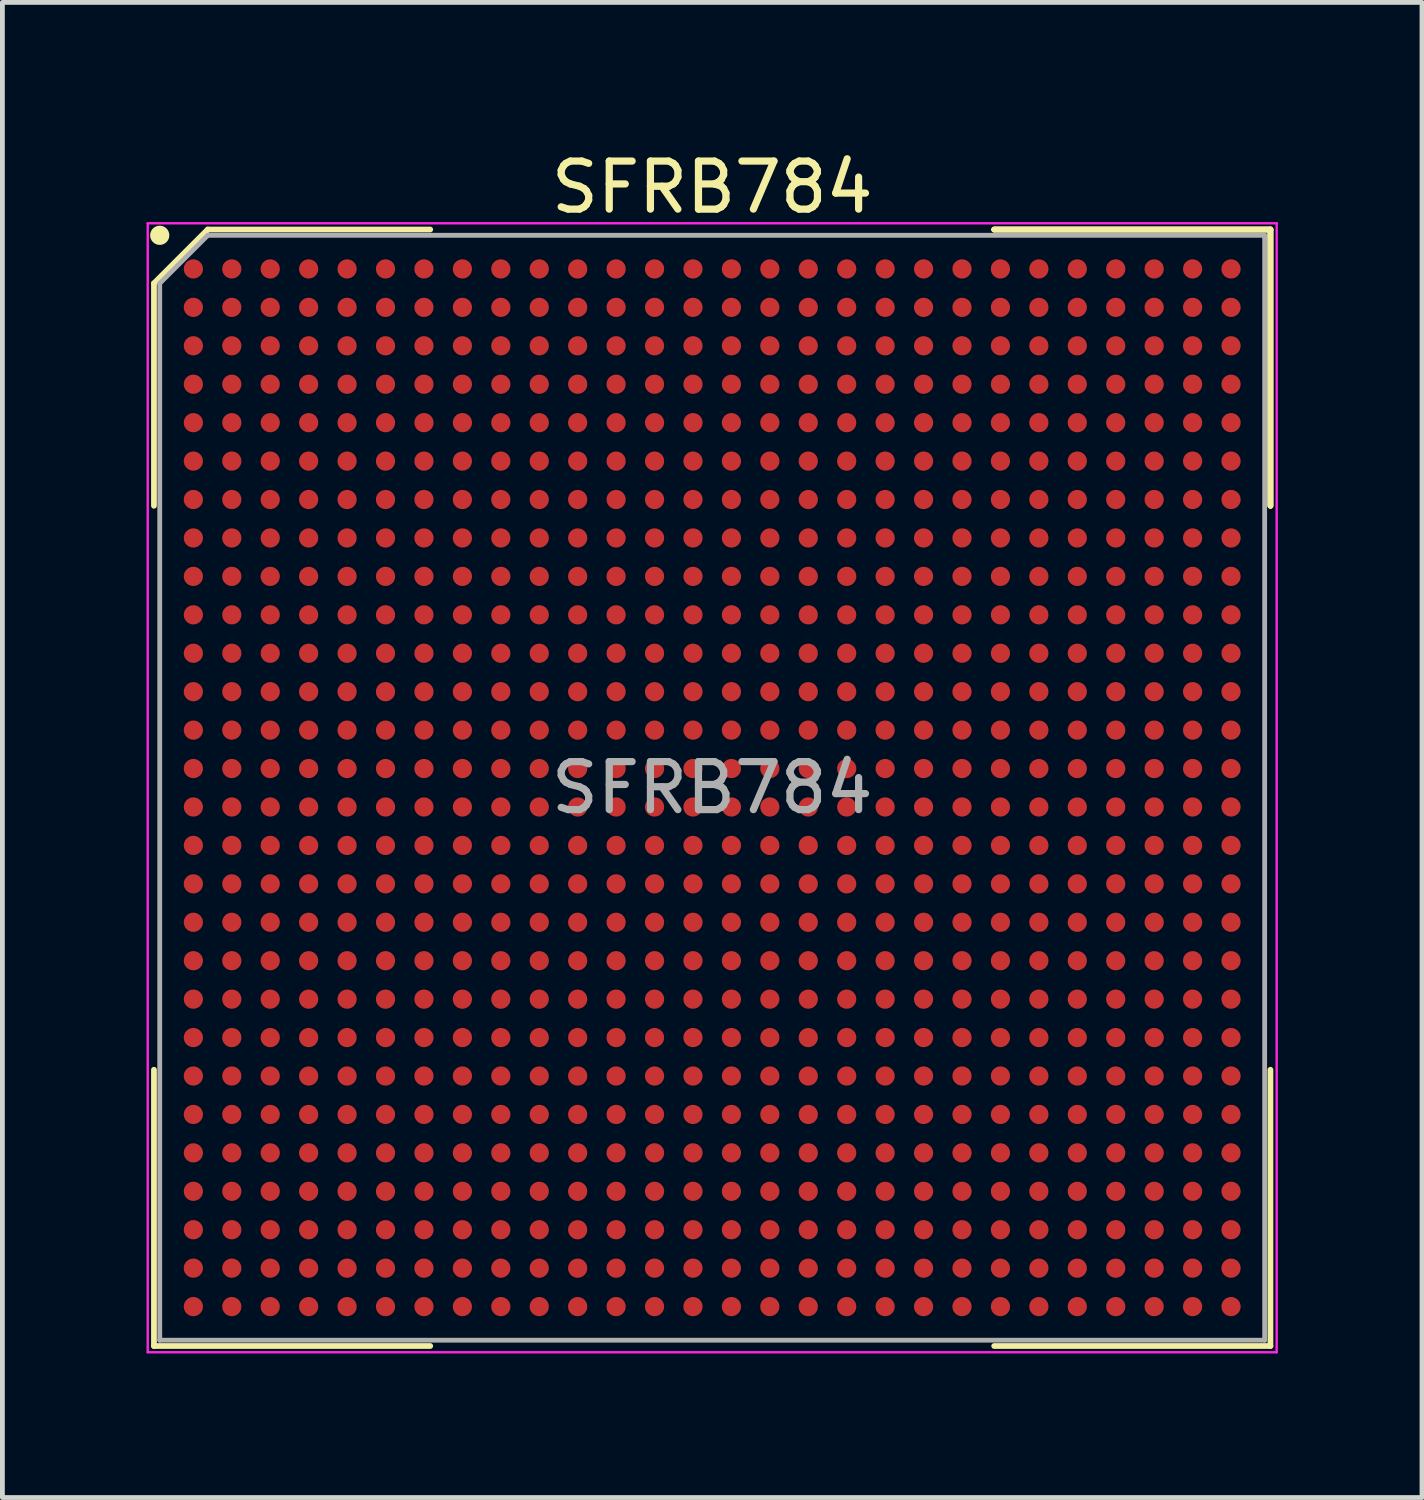
<source format=kicad_pcb>
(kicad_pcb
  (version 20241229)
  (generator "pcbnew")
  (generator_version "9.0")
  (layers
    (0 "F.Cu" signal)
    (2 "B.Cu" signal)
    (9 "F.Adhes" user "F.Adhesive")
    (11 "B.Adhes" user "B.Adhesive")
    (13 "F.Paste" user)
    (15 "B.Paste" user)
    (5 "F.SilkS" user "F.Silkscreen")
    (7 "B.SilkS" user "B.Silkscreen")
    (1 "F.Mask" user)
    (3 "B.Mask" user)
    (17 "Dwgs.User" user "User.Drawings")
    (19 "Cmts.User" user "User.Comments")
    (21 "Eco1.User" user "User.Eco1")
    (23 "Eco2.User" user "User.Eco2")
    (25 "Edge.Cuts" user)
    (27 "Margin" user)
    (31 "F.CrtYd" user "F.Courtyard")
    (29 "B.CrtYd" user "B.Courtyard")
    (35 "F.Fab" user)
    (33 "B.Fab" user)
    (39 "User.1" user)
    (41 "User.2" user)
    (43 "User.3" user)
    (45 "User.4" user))
  (footprint "SFRB784"
    (layer "F.Cu")
    (at 11.775 13.348)
    (property "Reference" "SFRB784" (at 0 -12.5 0) (layer "F.SilkS") (effects (font (size 1 1) (thickness 0.15))))
    (attr smd)
    (fp_line (start -11.62 -10.5) (end -11.62 -5.87) (stroke (width 0.12) (type solid)) (layer "F.SilkS"))
    (fp_line (start -11.62 11.62) (end -11.62 5.87) (stroke (width 0.12) (type solid)) (layer "F.SilkS"))
    (fp_line (start -10.5 -11.62) (end -11.62 -10.5) (stroke (width 0.12) (type solid)) (layer "F.SilkS"))
    (fp_line (start -5.87 -11.62) (end -10.5 -11.62) (stroke (width 0.12) (type solid)) (layer "F.SilkS"))
    (fp_line (start -5.87 11.62) (end -11.62 11.62) (stroke (width 0.12) (type solid)) (layer "F.SilkS"))
    (fp_line (start 5.87 -11.62) (end 11.62 -11.62) (stroke (width 0.12) (type solid)) (layer "F.SilkS"))
    (fp_line (start 5.87 -11.62) (end 11.62 -11.62) (stroke (width 0.12) (type solid)) (layer "F.SilkS"))
    (fp_line (start 5.87 -11.62) (end 11.62 -11.62) (stroke (width 0.12) (type solid)) (layer "F.SilkS"))
    (fp_line (start 5.87 11.62) (end 11.62 11.62) (stroke (width 0.12) (type solid)) (layer "F.SilkS"))
    (fp_line (start 11.62 -11.62) (end 11.62 -5.87) (stroke (width 0.12) (type solid)) (layer "F.SilkS"))
    (fp_line (start 11.62 -11.62) (end 11.62 -5.87) (stroke (width 0.12) (type solid)) (layer "F.SilkS"))
    (fp_line (start 11.62 -11.62) (end 11.62 -5.87) (stroke (width 0.12) (type solid)) (layer "F.SilkS"))
    (fp_line (start 11.62 11.62) (end 11.62 5.87) (stroke (width 0.12) (type solid)) (layer "F.SilkS"))
    (fp_circle (center -11.5 -11.5) (end -11.5 -11.4) (stroke (width 0.2) (type solid)) (fill no) (layer "F.SilkS"))
    (fp_line (start -11.75 -11.75) (end 11.75 -11.75) (stroke (width 0.05) (type solid)) (layer "F.CrtYd"))
    (fp_line (start -11.75 11.75) (end -11.75 -11.75) (stroke (width 0.05) (type solid)) (layer "F.CrtYd"))
    (fp_line (start 11.75 -11.75) (end 11.75 11.75) (stroke (width 0.05) (type solid)) (layer "F.CrtYd"))
    (fp_line (start 11.75 11.75) (end -11.75 11.75) (stroke (width 0.05) (type solid)) (layer "F.CrtYd"))
    (fp_line (start -11.5 -10.5) (end -11.5 11.5) (stroke (width 0.1) (type solid)) (layer "F.Fab"))
    (fp_line (start -11.5 11.5) (end 11.5 11.5) (stroke (width 0.1) (type solid)) (layer "F.Fab"))
    (fp_line (start -10.5 -11.5) (end -11.5 -10.5) (stroke (width 0.1) (type solid)) (layer "F.Fab"))
    (fp_line (start 11.5 -11.5) (end -10.5 -11.5) (stroke (width 0.1) (type solid)) (layer "F.Fab"))
    (fp_line (start 11.5 11.5) (end 11.5 -11.5) (stroke (width 0.1) (type solid)) (layer "F.Fab"))
    (fp_text user "${REFERENCE}" (at 0 0 0) (layer "F.Fab") (effects (font (size 1 1) (thickness 0.15))))
    (pad "A1" smd circle (at -10.8 -10.8) (size 0.4 0.4) (layers "F.Cu" "F.Mask" "F.Paste"))
    (pad "A2" smd circle (at -10 -10.8) (size 0.4 0.4) (layers "F.Cu" "F.Mask" "F.Paste"))
    (pad "A3" smd circle (at -9.2 -10.8) (size 0.4 0.4) (layers "F.Cu" "F.Mask" "F.Paste"))
    (pad "A4" smd circle (at -8.4 -10.8) (size 0.4 0.4) (layers "F.Cu" "F.Mask" "F.Paste"))
    (pad "A5" smd circle (at -7.6 -10.8) (size 0.4 0.4) (layers "F.Cu" "F.Mask" "F.Paste"))
    (pad "A6" smd circle (at -6.8 -10.8) (size 0.4 0.4) (layers "F.Cu" "F.Mask" "F.Paste"))
    (pad "A7" smd circle (at -6 -10.8) (size 0.4 0.4) (layers "F.Cu" "F.Mask" "F.Paste"))
    (pad "A8" smd circle (at -5.2 -10.8) (size 0.4 0.4) (layers "F.Cu" "F.Mask" "F.Paste"))
    (pad "A9" smd circle (at -4.4 -10.8) (size 0.4 0.4) (layers "F.Cu" "F.Mask" "F.Paste"))
    (pad "A10" smd circle (at -3.6 -10.8) (size 0.4 0.4) (layers "F.Cu" "F.Mask" "F.Paste"))
    (pad "A11" smd circle (at -2.8 -10.8) (size 0.4 0.4) (layers "F.Cu" "F.Mask" "F.Paste"))
    (pad "A12" smd circle (at -2 -10.8) (size 0.4 0.4) (layers "F.Cu" "F.Mask" "F.Paste"))
    (pad "A13" smd circle (at -1.2 -10.8) (size 0.4 0.4) (layers "F.Cu" "F.Mask" "F.Paste"))
    (pad "A14" smd circle (at -0.4 -10.8) (size 0.4 0.4) (layers "F.Cu" "F.Mask" "F.Paste"))
    (pad "A15" smd circle (at 0.4 -10.8) (size 0.4 0.4) (layers "F.Cu" "F.Mask" "F.Paste"))
    (pad "A16" smd circle (at 1.2 -10.8) (size 0.4 0.4) (layers "F.Cu" "F.Mask" "F.Paste"))
    (pad "A17" smd circle (at 2 -10.8) (size 0.4 0.4) (layers "F.Cu" "F.Mask" "F.Paste"))
    (pad "A18" smd circle (at 2.8 -10.8) (size 0.4 0.4) (layers "F.Cu" "F.Mask" "F.Paste"))
    (pad "A19" smd circle (at 3.6 -10.8) (size 0.4 0.4) (layers "F.Cu" "F.Mask" "F.Paste"))
    (pad "A20" smd circle (at 4.4 -10.8) (size 0.4 0.4) (layers "F.Cu" "F.Mask" "F.Paste"))
    (pad "A21" smd circle (at 5.2 -10.8) (size 0.4 0.4) (layers "F.Cu" "F.Mask" "F.Paste"))
    (pad "A22" smd circle (at 6 -10.8) (size 0.4 0.4) (layers "F.Cu" "F.Mask" "F.Paste"))
    (pad "A23" smd circle (at 6.8 -10.8) (size 0.4 0.4) (layers "F.Cu" "F.Mask" "F.Paste"))
    (pad "A24" smd circle (at 7.6 -10.8) (size 0.4 0.4) (layers "F.Cu" "F.Mask" "F.Paste"))
    (pad "A25" smd circle (at 8.4 -10.8) (size 0.4 0.4) (layers "F.Cu" "F.Mask" "F.Paste"))
    (pad "A26" smd circle (at 9.2 -10.8) (size 0.4 0.4) (layers "F.Cu" "F.Mask" "F.Paste"))
    (pad "A27" smd circle (at 10 -10.8) (size 0.4 0.4) (layers "F.Cu" "F.Mask" "F.Paste"))
    (pad "A28" smd circle (at 10.8 -10.8) (size 0.4 0.4) (layers "F.Cu" "F.Mask" "F.Paste"))
    (pad "AA1" smd circle (at -10.8 5.2) (size 0.4 0.4) (layers "F.Cu" "F.Mask" "F.Paste"))
    (pad "AA2" smd circle (at -10 5.2) (size 0.4 0.4) (layers "F.Cu" "F.Mask" "F.Paste"))
    (pad "AA3" smd circle (at -9.2 5.2) (size 0.4 0.4) (layers "F.Cu" "F.Mask" "F.Paste"))
    (pad "AA4" smd circle (at -8.4 5.2) (size 0.4 0.4) (layers "F.Cu" "F.Mask" "F.Paste"))
    (pad "AA5" smd circle (at -7.6 5.2) (size 0.4 0.4) (layers "F.Cu" "F.Mask" "F.Paste"))
    (pad "AA6" smd circle (at -6.8 5.2) (size 0.4 0.4) (layers "F.Cu" "F.Mask" "F.Paste"))
    (pad "AA7" smd circle (at -6 5.2) (size 0.4 0.4) (layers "F.Cu" "F.Mask" "F.Paste"))
    (pad "AA8" smd circle (at -5.2 5.2) (size 0.4 0.4) (layers "F.Cu" "F.Mask" "F.Paste"))
    (pad "AA9" smd circle (at -4.4 5.2) (size 0.4 0.4) (layers "F.Cu" "F.Mask" "F.Paste"))
    (pad "AA10" smd circle (at -3.6 5.2) (size 0.4 0.4) (layers "F.Cu" "F.Mask" "F.Paste"))
    (pad "AA11" smd circle (at -2.8 5.2) (size 0.4 0.4) (layers "F.Cu" "F.Mask" "F.Paste"))
    (pad "AA12" smd circle (at -2 5.2) (size 0.4 0.4) (layers "F.Cu" "F.Mask" "F.Paste"))
    (pad "AA13" smd circle (at -1.2 5.2) (size 0.4 0.4) (layers "F.Cu" "F.Mask" "F.Paste"))
    (pad "AA14" smd circle (at -0.4 5.2) (size 0.4 0.4) (layers "F.Cu" "F.Mask" "F.Paste"))
    (pad "AA15" smd circle (at 0.4 5.2) (size 0.4 0.4) (layers "F.Cu" "F.Mask" "F.Paste"))
    (pad "AA16" smd circle (at 1.2 5.2) (size 0.4 0.4) (layers "F.Cu" "F.Mask" "F.Paste"))
    (pad "AA17" smd circle (at 2 5.2) (size 0.4 0.4) (layers "F.Cu" "F.Mask" "F.Paste"))
    (pad "AA18" smd circle (at 2.8 5.2) (size 0.4 0.4) (layers "F.Cu" "F.Mask" "F.Paste"))
    (pad "AA19" smd circle (at 3.6 5.2) (size 0.4 0.4) (layers "F.Cu" "F.Mask" "F.Paste"))
    (pad "AA20" smd circle (at 4.4 5.2) (size 0.4 0.4) (layers "F.Cu" "F.Mask" "F.Paste"))
    (pad "AA21" smd circle (at 5.2 5.2) (size 0.4 0.4) (layers "F.Cu" "F.Mask" "F.Paste"))
    (pad "AA22" smd circle (at 6 5.2) (size 0.4 0.4) (layers "F.Cu" "F.Mask" "F.Paste"))
    (pad "AA23" smd circle (at 6.8 5.2) (size 0.4 0.4) (layers "F.Cu" "F.Mask" "F.Paste"))
    (pad "AA24" smd circle (at 7.6 5.2) (size 0.4 0.4) (layers "F.Cu" "F.Mask" "F.Paste"))
    (pad "AA25" smd circle (at 8.4 5.2) (size 0.4 0.4) (layers "F.Cu" "F.Mask" "F.Paste"))
    (pad "AA26" smd circle (at 9.2 5.2) (size 0.4 0.4) (layers "F.Cu" "F.Mask" "F.Paste"))
    (pad "AA27" smd circle (at 10 5.2) (size 0.4 0.4) (layers "F.Cu" "F.Mask" "F.Paste"))
    (pad "AA28" smd circle (at 10.8 5.2) (size 0.4 0.4) (layers "F.Cu" "F.Mask" "F.Paste"))
    (pad "AB1" smd circle (at -10.8 6) (size 0.4 0.4) (layers "F.Cu" "F.Mask" "F.Paste"))
    (pad "AB2" smd circle (at -10 6) (size 0.4 0.4) (layers "F.Cu" "F.Mask" "F.Paste"))
    (pad "AB3" smd circle (at -9.2 6) (size 0.4 0.4) (layers "F.Cu" "F.Mask" "F.Paste"))
    (pad "AB4" smd circle (at -8.4 6) (size 0.4 0.4) (layers "F.Cu" "F.Mask" "F.Paste"))
    (pad "AB5" smd circle (at -7.6 6) (size 0.4 0.4) (layers "F.Cu" "F.Mask" "F.Paste"))
    (pad "AB6" smd circle (at -6.8 6) (size 0.4 0.4) (layers "F.Cu" "F.Mask" "F.Paste"))
    (pad "AB7" smd circle (at -6 6) (size 0.4 0.4) (layers "F.Cu" "F.Mask" "F.Paste"))
    (pad "AB8" smd circle (at -5.2 6) (size 0.4 0.4) (layers "F.Cu" "F.Mask" "F.Paste"))
    (pad "AB9" smd circle (at -4.4 6) (size 0.4 0.4) (layers "F.Cu" "F.Mask" "F.Paste"))
    (pad "AB10" smd circle (at -3.6 6) (size 0.4 0.4) (layers "F.Cu" "F.Mask" "F.Paste"))
    (pad "AB11" smd circle (at -2.8 6) (size 0.4 0.4) (layers "F.Cu" "F.Mask" "F.Paste"))
    (pad "AB12" smd circle (at -2 6) (size 0.4 0.4) (layers "F.Cu" "F.Mask" "F.Paste"))
    (pad "AB13" smd circle (at -1.2 6) (size 0.4 0.4) (layers "F.Cu" "F.Mask" "F.Paste"))
    (pad "AB14" smd circle (at -0.4 6) (size 0.4 0.4) (layers "F.Cu" "F.Mask" "F.Paste"))
    (pad "AB15" smd circle (at 0.4 6) (size 0.4 0.4) (layers "F.Cu" "F.Mask" "F.Paste"))
    (pad "AB16" smd circle (at 1.2 6) (size 0.4 0.4) (layers "F.Cu" "F.Mask" "F.Paste"))
    (pad "AB17" smd circle (at 2 6) (size 0.4 0.4) (layers "F.Cu" "F.Mask" "F.Paste"))
    (pad "AB18" smd circle (at 2.8 6) (size 0.4 0.4) (layers "F.Cu" "F.Mask" "F.Paste"))
    (pad "AB19" smd circle (at 3.6 6) (size 0.4 0.4) (layers "F.Cu" "F.Mask" "F.Paste"))
    (pad "AB20" smd circle (at 4.4 6) (size 0.4 0.4) (layers "F.Cu" "F.Mask" "F.Paste"))
    (pad "AB21" smd circle (at 5.2 6) (size 0.4 0.4) (layers "F.Cu" "F.Mask" "F.Paste"))
    (pad "AB22" smd circle (at 6 6) (size 0.4 0.4) (layers "F.Cu" "F.Mask" "F.Paste"))
    (pad "AB23" smd circle (at 6.8 6) (size 0.4 0.4) (layers "F.Cu" "F.Mask" "F.Paste"))
    (pad "AB24" smd circle (at 7.6 6) (size 0.4 0.4) (layers "F.Cu" "F.Mask" "F.Paste"))
    (pad "AB25" smd circle (at 8.4 6) (size 0.4 0.4) (layers "F.Cu" "F.Mask" "F.Paste"))
    (pad "AB26" smd circle (at 9.2 6) (size 0.4 0.4) (layers "F.Cu" "F.Mask" "F.Paste"))
    (pad "AB27" smd circle (at 10 6) (size 0.4 0.4) (layers "F.Cu" "F.Mask" "F.Paste"))
    (pad "AB28" smd circle (at 10.8 6) (size 0.4 0.4) (layers "F.Cu" "F.Mask" "F.Paste"))
    (pad "AC1" smd circle (at -10.8 6.8) (size 0.4 0.4) (layers "F.Cu" "F.Mask" "F.Paste"))
    (pad "AC2" smd circle (at -10 6.8) (size 0.4 0.4) (layers "F.Cu" "F.Mask" "F.Paste"))
    (pad "AC3" smd circle (at -9.2 6.8) (size 0.4 0.4) (layers "F.Cu" "F.Mask" "F.Paste"))
    (pad "AC4" smd circle (at -8.4 6.8) (size 0.4 0.4) (layers "F.Cu" "F.Mask" "F.Paste"))
    (pad "AC5" smd circle (at -7.6 6.8) (size 0.4 0.4) (layers "F.Cu" "F.Mask" "F.Paste"))
    (pad "AC6" smd circle (at -6.8 6.8) (size 0.4 0.4) (layers "F.Cu" "F.Mask" "F.Paste"))
    (pad "AC7" smd circle (at -6 6.8) (size 0.4 0.4) (layers "F.Cu" "F.Mask" "F.Paste"))
    (pad "AC8" smd circle (at -5.2 6.8) (size 0.4 0.4) (layers "F.Cu" "F.Mask" "F.Paste"))
    (pad "AC9" smd circle (at -4.4 6.8) (size 0.4 0.4) (layers "F.Cu" "F.Mask" "F.Paste"))
    (pad "AC10" smd circle (at -3.6 6.8) (size 0.4 0.4) (layers "F.Cu" "F.Mask" "F.Paste"))
    (pad "AC11" smd circle (at -2.8 6.8) (size 0.4 0.4) (layers "F.Cu" "F.Mask" "F.Paste"))
    (pad "AC12" smd circle (at -2 6.8) (size 0.4 0.4) (layers "F.Cu" "F.Mask" "F.Paste"))
    (pad "AC13" smd circle (at -1.2 6.8) (size 0.4 0.4) (layers "F.Cu" "F.Mask" "F.Paste"))
    (pad "AC14" smd circle (at -0.4 6.8) (size 0.4 0.4) (layers "F.Cu" "F.Mask" "F.Paste"))
    (pad "AC15" smd circle (at 0.4 6.8) (size 0.4 0.4) (layers "F.Cu" "F.Mask" "F.Paste"))
    (pad "AC16" smd circle (at 1.2 6.8) (size 0.4 0.4) (layers "F.Cu" "F.Mask" "F.Paste"))
    (pad "AC17" smd circle (at 2 6.8) (size 0.4 0.4) (layers "F.Cu" "F.Mask" "F.Paste"))
    (pad "AC18" smd circle (at 2.8 6.8) (size 0.4 0.4) (layers "F.Cu" "F.Mask" "F.Paste"))
    (pad "AC19" smd circle (at 3.6 6.8) (size 0.4 0.4) (layers "F.Cu" "F.Mask" "F.Paste"))
    (pad "AC20" smd circle (at 4.4 6.8) (size 0.4 0.4) (layers "F.Cu" "F.Mask" "F.Paste"))
    (pad "AC21" smd circle (at 5.2 6.8) (size 0.4 0.4) (layers "F.Cu" "F.Mask" "F.Paste"))
    (pad "AC22" smd circle (at 6 6.8) (size 0.4 0.4) (layers "F.Cu" "F.Mask" "F.Paste"))
    (pad "AC23" smd circle (at 6.8 6.8) (size 0.4 0.4) (layers "F.Cu" "F.Mask" "F.Paste"))
    (pad "AC24" smd circle (at 7.6 6.8) (size 0.4 0.4) (layers "F.Cu" "F.Mask" "F.Paste"))
    (pad "AC25" smd circle (at 8.4 6.8) (size 0.4 0.4) (layers "F.Cu" "F.Mask" "F.Paste"))
    (pad "AC26" smd circle (at 9.2 6.8) (size 0.4 0.4) (layers "F.Cu" "F.Mask" "F.Paste"))
    (pad "AC27" smd circle (at 10 6.8) (size 0.4 0.4) (layers "F.Cu" "F.Mask" "F.Paste"))
    (pad "AC28" smd circle (at 10.8 6.8) (size 0.4 0.4) (layers "F.Cu" "F.Mask" "F.Paste"))
    (pad "AD1" smd circle (at -10.8 7.6) (size 0.4 0.4) (layers "F.Cu" "F.Mask" "F.Paste"))
    (pad "AD2" smd circle (at -10 7.6) (size 0.4 0.4) (layers "F.Cu" "F.Mask" "F.Paste"))
    (pad "AD3" smd circle (at -9.2 7.6) (size 0.4 0.4) (layers "F.Cu" "F.Mask" "F.Paste"))
    (pad "AD4" smd circle (at -8.4 7.6) (size 0.4 0.4) (layers "F.Cu" "F.Mask" "F.Paste"))
    (pad "AD5" smd circle (at -7.6 7.6) (size 0.4 0.4) (layers "F.Cu" "F.Mask" "F.Paste"))
    (pad "AD6" smd circle (at -6.8 7.6) (size 0.4 0.4) (layers "F.Cu" "F.Mask" "F.Paste"))
    (pad "AD7" smd circle (at -6 7.6) (size 0.4 0.4) (layers "F.Cu" "F.Mask" "F.Paste"))
    (pad "AD8" smd circle (at -5.2 7.6) (size 0.4 0.4) (layers "F.Cu" "F.Mask" "F.Paste"))
    (pad "AD9" smd circle (at -4.4 7.6) (size 0.4 0.4) (layers "F.Cu" "F.Mask" "F.Paste"))
    (pad "AD10" smd circle (at -3.6 7.6) (size 0.4 0.4) (layers "F.Cu" "F.Mask" "F.Paste"))
    (pad "AD11" smd circle (at -2.8 7.6) (size 0.4 0.4) (layers "F.Cu" "F.Mask" "F.Paste"))
    (pad "AD12" smd circle (at -2 7.6) (size 0.4 0.4) (layers "F.Cu" "F.Mask" "F.Paste"))
    (pad "AD13" smd circle (at -1.2 7.6) (size 0.4 0.4) (layers "F.Cu" "F.Mask" "F.Paste"))
    (pad "AD14" smd circle (at -0.4 7.6) (size 0.4 0.4) (layers "F.Cu" "F.Mask" "F.Paste"))
    (pad "AD15" smd circle (at 0.4 7.6) (size 0.4 0.4) (layers "F.Cu" "F.Mask" "F.Paste"))
    (pad "AD16" smd circle (at 1.2 7.6) (size 0.4 0.4) (layers "F.Cu" "F.Mask" "F.Paste"))
    (pad "AD17" smd circle (at 2 7.6) (size 0.4 0.4) (layers "F.Cu" "F.Mask" "F.Paste"))
    (pad "AD18" smd circle (at 2.8 7.6) (size 0.4 0.4) (layers "F.Cu" "F.Mask" "F.Paste"))
    (pad "AD19" smd circle (at 3.6 7.6) (size 0.4 0.4) (layers "F.Cu" "F.Mask" "F.Paste"))
    (pad "AD20" smd circle (at 4.4 7.6) (size 0.4 0.4) (layers "F.Cu" "F.Mask" "F.Paste"))
    (pad "AD21" smd circle (at 5.2 7.6) (size 0.4 0.4) (layers "F.Cu" "F.Mask" "F.Paste"))
    (pad "AD22" smd circle (at 6 7.6) (size 0.4 0.4) (layers "F.Cu" "F.Mask" "F.Paste"))
    (pad "AD23" smd circle (at 6.8 7.6) (size 0.4 0.4) (layers "F.Cu" "F.Mask" "F.Paste"))
    (pad "AD24" smd circle (at 7.6 7.6) (size 0.4 0.4) (layers "F.Cu" "F.Mask" "F.Paste"))
    (pad "AD25" smd circle (at 8.4 7.6) (size 0.4 0.4) (layers "F.Cu" "F.Mask" "F.Paste"))
    (pad "AD26" smd circle (at 9.2 7.6) (size 0.4 0.4) (layers "F.Cu" "F.Mask" "F.Paste"))
    (pad "AD27" smd circle (at 10 7.6) (size 0.4 0.4) (layers "F.Cu" "F.Mask" "F.Paste"))
    (pad "AD28" smd circle (at 10.8 7.6) (size 0.4 0.4) (layers "F.Cu" "F.Mask" "F.Paste"))
    (pad "AE1" smd circle (at -10.8 8.4) (size 0.4 0.4) (layers "F.Cu" "F.Mask" "F.Paste"))
    (pad "AE2" smd circle (at -10 8.4) (size 0.4 0.4) (layers "F.Cu" "F.Mask" "F.Paste"))
    (pad "AE3" smd circle (at -9.2 8.4) (size 0.4 0.4) (layers "F.Cu" "F.Mask" "F.Paste"))
    (pad "AE4" smd circle (at -8.4 8.4) (size 0.4 0.4) (layers "F.Cu" "F.Mask" "F.Paste"))
    (pad "AE5" smd circle (at -7.6 8.4) (size 0.4 0.4) (layers "F.Cu" "F.Mask" "F.Paste"))
    (pad "AE6" smd circle (at -6.8 8.4) (size 0.4 0.4) (layers "F.Cu" "F.Mask" "F.Paste"))
    (pad "AE7" smd circle (at -6 8.4) (size 0.4 0.4) (layers "F.Cu" "F.Mask" "F.Paste"))
    (pad "AE8" smd circle (at -5.2 8.4) (size 0.4 0.4) (layers "F.Cu" "F.Mask" "F.Paste"))
    (pad "AE9" smd circle (at -4.4 8.4) (size 0.4 0.4) (layers "F.Cu" "F.Mask" "F.Paste"))
    (pad "AE10" smd circle (at -3.6 8.4) (size 0.4 0.4) (layers "F.Cu" "F.Mask" "F.Paste"))
    (pad "AE11" smd circle (at -2.8 8.4) (size 0.4 0.4) (layers "F.Cu" "F.Mask" "F.Paste"))
    (pad "AE12" smd circle (at -2 8.4) (size 0.4 0.4) (layers "F.Cu" "F.Mask" "F.Paste"))
    (pad "AE13" smd circle (at -1.2 8.4) (size 0.4 0.4) (layers "F.Cu" "F.Mask" "F.Paste"))
    (pad "AE14" smd circle (at -0.4 8.4) (size 0.4 0.4) (layers "F.Cu" "F.Mask" "F.Paste"))
    (pad "AE15" smd circle (at 0.4 8.4) (size 0.4 0.4) (layers "F.Cu" "F.Mask" "F.Paste"))
    (pad "AE16" smd circle (at 1.2 8.4) (size 0.4 0.4) (layers "F.Cu" "F.Mask" "F.Paste"))
    (pad "AE17" smd circle (at 2 8.4) (size 0.4 0.4) (layers "F.Cu" "F.Mask" "F.Paste"))
    (pad "AE18" smd circle (at 2.8 8.4) (size 0.4 0.4) (layers "F.Cu" "F.Mask" "F.Paste"))
    (pad "AE19" smd circle (at 3.6 8.4) (size 0.4 0.4) (layers "F.Cu" "F.Mask" "F.Paste"))
    (pad "AE20" smd circle (at 4.4 8.4) (size 0.4 0.4) (layers "F.Cu" "F.Mask" "F.Paste"))
    (pad "AE21" smd circle (at 5.2 8.4) (size 0.4 0.4) (layers "F.Cu" "F.Mask" "F.Paste"))
    (pad "AE22" smd circle (at 6 8.4) (size 0.4 0.4) (layers "F.Cu" "F.Mask" "F.Paste"))
    (pad "AE23" smd circle (at 6.8 8.4) (size 0.4 0.4) (layers "F.Cu" "F.Mask" "F.Paste"))
    (pad "AE24" smd circle (at 7.6 8.4) (size 0.4 0.4) (layers "F.Cu" "F.Mask" "F.Paste"))
    (pad "AE25" smd circle (at 8.4 8.4) (size 0.4 0.4) (layers "F.Cu" "F.Mask" "F.Paste"))
    (pad "AE26" smd circle (at 9.2 8.4) (size 0.4 0.4) (layers "F.Cu" "F.Mask" "F.Paste"))
    (pad "AE27" smd circle (at 10 8.4) (size 0.4 0.4) (layers "F.Cu" "F.Mask" "F.Paste"))
    (pad "AE28" smd circle (at 10.8 8.4) (size 0.4 0.4) (layers "F.Cu" "F.Mask" "F.Paste"))
    (pad "AF1" smd circle (at -10.8 9.2) (size 0.4 0.4) (layers "F.Cu" "F.Mask" "F.Paste"))
    (pad "AF2" smd circle (at -10 9.2) (size 0.4 0.4) (layers "F.Cu" "F.Mask" "F.Paste"))
    (pad "AF3" smd circle (at -9.2 9.2) (size 0.4 0.4) (layers "F.Cu" "F.Mask" "F.Paste"))
    (pad "AF4" smd circle (at -8.4 9.2) (size 0.4 0.4) (layers "F.Cu" "F.Mask" "F.Paste"))
    (pad "AF5" smd circle (at -7.6 9.2) (size 0.4 0.4) (layers "F.Cu" "F.Mask" "F.Paste"))
    (pad "AF6" smd circle (at -6.8 9.2) (size 0.4 0.4) (layers "F.Cu" "F.Mask" "F.Paste"))
    (pad "AF7" smd circle (at -6 9.2) (size 0.4 0.4) (layers "F.Cu" "F.Mask" "F.Paste"))
    (pad "AF8" smd circle (at -5.2 9.2) (size 0.4 0.4) (layers "F.Cu" "F.Mask" "F.Paste"))
    (pad "AF9" smd circle (at -4.4 9.2) (size 0.4 0.4) (layers "F.Cu" "F.Mask" "F.Paste"))
    (pad "AF10" smd circle (at -3.6 9.2) (size 0.4 0.4) (layers "F.Cu" "F.Mask" "F.Paste"))
    (pad "AF11" smd circle (at -2.8 9.2) (size 0.4 0.4) (layers "F.Cu" "F.Mask" "F.Paste"))
    (pad "AF12" smd circle (at -2 9.2) (size 0.4 0.4) (layers "F.Cu" "F.Mask" "F.Paste"))
    (pad "AF13" smd circle (at -1.2 9.2) (size 0.4 0.4) (layers "F.Cu" "F.Mask" "F.Paste"))
    (pad "AF14" smd circle (at -0.4 9.2) (size 0.4 0.4) (layers "F.Cu" "F.Mask" "F.Paste"))
    (pad "AF15" smd circle (at 0.4 9.2) (size 0.4 0.4) (layers "F.Cu" "F.Mask" "F.Paste"))
    (pad "AF16" smd circle (at 1.2 9.2) (size 0.4 0.4) (layers "F.Cu" "F.Mask" "F.Paste"))
    (pad "AF17" smd circle (at 2 9.2) (size 0.4 0.4) (layers "F.Cu" "F.Mask" "F.Paste"))
    (pad "AF18" smd circle (at 2.8 9.2) (size 0.4 0.4) (layers "F.Cu" "F.Mask" "F.Paste"))
    (pad "AF19" smd circle (at 3.6 9.2) (size 0.4 0.4) (layers "F.Cu" "F.Mask" "F.Paste"))
    (pad "AF20" smd circle (at 4.4 9.2) (size 0.4 0.4) (layers "F.Cu" "F.Mask" "F.Paste"))
    (pad "AF21" smd circle (at 5.2 9.2) (size 0.4 0.4) (layers "F.Cu" "F.Mask" "F.Paste"))
    (pad "AF22" smd circle (at 6 9.2) (size 0.4 0.4) (layers "F.Cu" "F.Mask" "F.Paste"))
    (pad "AF23" smd circle (at 6.8 9.2) (size 0.4 0.4) (layers "F.Cu" "F.Mask" "F.Paste"))
    (pad "AF24" smd circle (at 7.6 9.2) (size 0.4 0.4) (layers "F.Cu" "F.Mask" "F.Paste"))
    (pad "AF25" smd circle (at 8.4 9.2) (size 0.4 0.4) (layers "F.Cu" "F.Mask" "F.Paste"))
    (pad "AF26" smd circle (at 9.2 9.2) (size 0.4 0.4) (layers "F.Cu" "F.Mask" "F.Paste"))
    (pad "AF27" smd circle (at 10 9.2) (size 0.4 0.4) (layers "F.Cu" "F.Mask" "F.Paste"))
    (pad "AF28" smd circle (at 10.8 9.2) (size 0.4 0.4) (layers "F.Cu" "F.Mask" "F.Paste"))
    (pad "AG1" smd circle (at -10.8 10) (size 0.4 0.4) (layers "F.Cu" "F.Mask" "F.Paste"))
    (pad "AG2" smd circle (at -10 10) (size 0.4 0.4) (layers "F.Cu" "F.Mask" "F.Paste"))
    (pad "AG3" smd circle (at -9.2 10) (size 0.4 0.4) (layers "F.Cu" "F.Mask" "F.Paste"))
    (pad "AG4" smd circle (at -8.4 10) (size 0.4 0.4) (layers "F.Cu" "F.Mask" "F.Paste"))
    (pad "AG5" smd circle (at -7.6 10) (size 0.4 0.4) (layers "F.Cu" "F.Mask" "F.Paste"))
    (pad "AG6" smd circle (at -6.8 10) (size 0.4 0.4) (layers "F.Cu" "F.Mask" "F.Paste"))
    (pad "AG7" smd circle (at -6 10) (size 0.4 0.4) (layers "F.Cu" "F.Mask" "F.Paste"))
    (pad "AG8" smd circle (at -5.2 10) (size 0.4 0.4) (layers "F.Cu" "F.Mask" "F.Paste"))
    (pad "AG9" smd circle (at -4.4 10) (size 0.4 0.4) (layers "F.Cu" "F.Mask" "F.Paste"))
    (pad "AG10" smd circle (at -3.6 10) (size 0.4 0.4) (layers "F.Cu" "F.Mask" "F.Paste"))
    (pad "AG11" smd circle (at -2.8 10) (size 0.4 0.4) (layers "F.Cu" "F.Mask" "F.Paste"))
    (pad "AG12" smd circle (at -2 10) (size 0.4 0.4) (layers "F.Cu" "F.Mask" "F.Paste"))
    (pad "AG13" smd circle (at -1.2 10) (size 0.4 0.4) (layers "F.Cu" "F.Mask" "F.Paste"))
    (pad "AG14" smd circle (at -0.4 10) (size 0.4 0.4) (layers "F.Cu" "F.Mask" "F.Paste"))
    (pad "AG15" smd circle (at 0.4 10) (size 0.4 0.4) (layers "F.Cu" "F.Mask" "F.Paste"))
    (pad "AG16" smd circle (at 1.2 10) (size 0.4 0.4) (layers "F.Cu" "F.Mask" "F.Paste"))
    (pad "AG17" smd circle (at 2 10) (size 0.4 0.4) (layers "F.Cu" "F.Mask" "F.Paste"))
    (pad "AG18" smd circle (at 2.8 10) (size 0.4 0.4) (layers "F.Cu" "F.Mask" "F.Paste"))
    (pad "AG19" smd circle (at 3.6 10) (size 0.4 0.4) (layers "F.Cu" "F.Mask" "F.Paste"))
    (pad "AG20" smd circle (at 4.4 10) (size 0.4 0.4) (layers "F.Cu" "F.Mask" "F.Paste"))
    (pad "AG21" smd circle (at 5.2 10) (size 0.4 0.4) (layers "F.Cu" "F.Mask" "F.Paste"))
    (pad "AG22" smd circle (at 6 10) (size 0.4 0.4) (layers "F.Cu" "F.Mask" "F.Paste"))
    (pad "AG23" smd circle (at 6.8 10) (size 0.4 0.4) (layers "F.Cu" "F.Mask" "F.Paste"))
    (pad "AG24" smd circle (at 7.6 10) (size 0.4 0.4) (layers "F.Cu" "F.Mask" "F.Paste"))
    (pad "AG25" smd circle (at 8.4 10) (size 0.4 0.4) (layers "F.Cu" "F.Mask" "F.Paste"))
    (pad "AG26" smd circle (at 9.2 10) (size 0.4 0.4) (layers "F.Cu" "F.Mask" "F.Paste"))
    (pad "AG27" smd circle (at 10 10) (size 0.4 0.4) (layers "F.Cu" "F.Mask" "F.Paste"))
    (pad "AG28" smd circle (at 10.8 10) (size 0.4 0.4) (layers "F.Cu" "F.Mask" "F.Paste"))
    (pad "AH1" smd circle (at -10.8 10.8) (size 0.4 0.4) (layers "F.Cu" "F.Mask" "F.Paste"))
    (pad "AH2" smd circle (at -10 10.8) (size 0.4 0.4) (layers "F.Cu" "F.Mask" "F.Paste"))
    (pad "AH3" smd circle (at -9.2 10.8) (size 0.4 0.4) (layers "F.Cu" "F.Mask" "F.Paste"))
    (pad "AH4" smd circle (at -8.4 10.8) (size 0.4 0.4) (layers "F.Cu" "F.Mask" "F.Paste"))
    (pad "AH5" smd circle (at -7.6 10.8) (size 0.4 0.4) (layers "F.Cu" "F.Mask" "F.Paste"))
    (pad "AH6" smd circle (at -6.8 10.8) (size 0.4 0.4) (layers "F.Cu" "F.Mask" "F.Paste"))
    (pad "AH7" smd circle (at -6 10.8) (size 0.4 0.4) (layers "F.Cu" "F.Mask" "F.Paste"))
    (pad "AH8" smd circle (at -5.2 10.8) (size 0.4 0.4) (layers "F.Cu" "F.Mask" "F.Paste"))
    (pad "AH9" smd circle (at -4.4 10.8) (size 0.4 0.4) (layers "F.Cu" "F.Mask" "F.Paste"))
    (pad "AH10" smd circle (at -3.6 10.8) (size 0.4 0.4) (layers "F.Cu" "F.Mask" "F.Paste"))
    (pad "AH11" smd circle (at -2.8 10.8) (size 0.4 0.4) (layers "F.Cu" "F.Mask" "F.Paste"))
    (pad "AH12" smd circle (at -2 10.8) (size 0.4 0.4) (layers "F.Cu" "F.Mask" "F.Paste"))
    (pad "AH13" smd circle (at -1.2 10.8) (size 0.4 0.4) (layers "F.Cu" "F.Mask" "F.Paste"))
    (pad "AH14" smd circle (at -0.4 10.8) (size 0.4 0.4) (layers "F.Cu" "F.Mask" "F.Paste"))
    (pad "AH15" smd circle (at 0.4 10.8) (size 0.4 0.4) (layers "F.Cu" "F.Mask" "F.Paste"))
    (pad "AH16" smd circle (at 1.2 10.8) (size 0.4 0.4) (layers "F.Cu" "F.Mask" "F.Paste"))
    (pad "AH17" smd circle (at 2 10.8) (size 0.4 0.4) (layers "F.Cu" "F.Mask" "F.Paste"))
    (pad "AH18" smd circle (at 2.8 10.8) (size 0.4 0.4) (layers "F.Cu" "F.Mask" "F.Paste"))
    (pad "AH19" smd circle (at 3.6 10.8) (size 0.4 0.4) (layers "F.Cu" "F.Mask" "F.Paste"))
    (pad "AH20" smd circle (at 4.4 10.8) (size 0.4 0.4) (layers "F.Cu" "F.Mask" "F.Paste"))
    (pad "AH21" smd circle (at 5.2 10.8) (size 0.4 0.4) (layers "F.Cu" "F.Mask" "F.Paste"))
    (pad "AH22" smd circle (at 6 10.8) (size 0.4 0.4) (layers "F.Cu" "F.Mask" "F.Paste"))
    (pad "AH23" smd circle (at 6.8 10.8) (size 0.4 0.4) (layers "F.Cu" "F.Mask" "F.Paste"))
    (pad "AH24" smd circle (at 7.6 10.8) (size 0.4 0.4) (layers "F.Cu" "F.Mask" "F.Paste"))
    (pad "AH25" smd circle (at 8.4 10.8) (size 0.4 0.4) (layers "F.Cu" "F.Mask" "F.Paste"))
    (pad "AH26" smd circle (at 9.2 10.8) (size 0.4 0.4) (layers "F.Cu" "F.Mask" "F.Paste"))
    (pad "AH27" smd circle (at 10 10.8) (size 0.4 0.4) (layers "F.Cu" "F.Mask" "F.Paste"))
    (pad "AH28" smd circle (at 10.8 10.8) (size 0.4 0.4) (layers "F.Cu" "F.Mask" "F.Paste"))
    (pad "B1" smd circle (at -10.8 -10) (size 0.4 0.4) (layers "F.Cu" "F.Mask" "F.Paste"))
    (pad "B2" smd circle (at -10 -10) (size 0.4 0.4) (layers "F.Cu" "F.Mask" "F.Paste"))
    (pad "B3" smd circle (at -9.2 -10) (size 0.4 0.4) (layers "F.Cu" "F.Mask" "F.Paste"))
    (pad "B4" smd circle (at -8.4 -10) (size 0.4 0.4) (layers "F.Cu" "F.Mask" "F.Paste"))
    (pad "B5" smd circle (at -7.6 -10) (size 0.4 0.4) (layers "F.Cu" "F.Mask" "F.Paste"))
    (pad "B6" smd circle (at -6.8 -10) (size 0.4 0.4) (layers "F.Cu" "F.Mask" "F.Paste"))
    (pad "B7" smd circle (at -6 -10) (size 0.4 0.4) (layers "F.Cu" "F.Mask" "F.Paste"))
    (pad "B8" smd circle (at -5.2 -10) (size 0.4 0.4) (layers "F.Cu" "F.Mask" "F.Paste"))
    (pad "B9" smd circle (at -4.4 -10) (size 0.4 0.4) (layers "F.Cu" "F.Mask" "F.Paste"))
    (pad "B10" smd circle (at -3.6 -10) (size 0.4 0.4) (layers "F.Cu" "F.Mask" "F.Paste"))
    (pad "B11" smd circle (at -2.8 -10) (size 0.4 0.4) (layers "F.Cu" "F.Mask" "F.Paste"))
    (pad "B12" smd circle (at -2 -10) (size 0.4 0.4) (layers "F.Cu" "F.Mask" "F.Paste"))
    (pad "B13" smd circle (at -1.2 -10) (size 0.4 0.4) (layers "F.Cu" "F.Mask" "F.Paste"))
    (pad "B14" smd circle (at -0.4 -10) (size 0.4 0.4) (layers "F.Cu" "F.Mask" "F.Paste"))
    (pad "B15" smd circle (at 0.4 -10) (size 0.4 0.4) (layers "F.Cu" "F.Mask" "F.Paste"))
    (pad "B16" smd circle (at 1.2 -10) (size 0.4 0.4) (layers "F.Cu" "F.Mask" "F.Paste"))
    (pad "B17" smd circle (at 2 -10) (size 0.4 0.4) (layers "F.Cu" "F.Mask" "F.Paste"))
    (pad "B18" smd circle (at 2.8 -10) (size 0.4 0.4) (layers "F.Cu" "F.Mask" "F.Paste"))
    (pad "B19" smd circle (at 3.6 -10) (size 0.4 0.4) (layers "F.Cu" "F.Mask" "F.Paste"))
    (pad "B20" smd circle (at 4.4 -10) (size 0.4 0.4) (layers "F.Cu" "F.Mask" "F.Paste"))
    (pad "B21" smd circle (at 5.2 -10) (size 0.4 0.4) (layers "F.Cu" "F.Mask" "F.Paste"))
    (pad "B22" smd circle (at 6 -10) (size 0.4 0.4) (layers "F.Cu" "F.Mask" "F.Paste"))
    (pad "B23" smd circle (at 6.8 -10) (size 0.4 0.4) (layers "F.Cu" "F.Mask" "F.Paste"))
    (pad "B24" smd circle (at 7.6 -10) (size 0.4 0.4) (layers "F.Cu" "F.Mask" "F.Paste"))
    (pad "B25" smd circle (at 8.4 -10) (size 0.4 0.4) (layers "F.Cu" "F.Mask" "F.Paste"))
    (pad "B26" smd circle (at 9.2 -10) (size 0.4 0.4) (layers "F.Cu" "F.Mask" "F.Paste"))
    (pad "B27" smd circle (at 10 -10) (size 0.4 0.4) (layers "F.Cu" "F.Mask" "F.Paste"))
    (pad "B28" smd circle (at 10.8 -10) (size 0.4 0.4) (layers "F.Cu" "F.Mask" "F.Paste"))
    (pad "C1" smd circle (at -10.8 -9.2) (size 0.4 0.4) (layers "F.Cu" "F.Mask" "F.Paste"))
    (pad "C2" smd circle (at -10 -9.2) (size 0.4 0.4) (layers "F.Cu" "F.Mask" "F.Paste"))
    (pad "C3" smd circle (at -9.2 -9.2) (size 0.4 0.4) (layers "F.Cu" "F.Mask" "F.Paste"))
    (pad "C4" smd circle (at -8.4 -9.2) (size 0.4 0.4) (layers "F.Cu" "F.Mask" "F.Paste"))
    (pad "C5" smd circle (at -7.6 -9.2) (size 0.4 0.4) (layers "F.Cu" "F.Mask" "F.Paste"))
    (pad "C6" smd circle (at -6.8 -9.2) (size 0.4 0.4) (layers "F.Cu" "F.Mask" "F.Paste"))
    (pad "C7" smd circle (at -6 -9.2) (size 0.4 0.4) (layers "F.Cu" "F.Mask" "F.Paste"))
    (pad "C8" smd circle (at -5.2 -9.2) (size 0.4 0.4) (layers "F.Cu" "F.Mask" "F.Paste"))
    (pad "C9" smd circle (at -4.4 -9.2) (size 0.4 0.4) (layers "F.Cu" "F.Mask" "F.Paste"))
    (pad "C10" smd circle (at -3.6 -9.2) (size 0.4 0.4) (layers "F.Cu" "F.Mask" "F.Paste"))
    (pad "C11" smd circle (at -2.8 -9.2) (size 0.4 0.4) (layers "F.Cu" "F.Mask" "F.Paste"))
    (pad "C12" smd circle (at -2 -9.2) (size 0.4 0.4) (layers "F.Cu" "F.Mask" "F.Paste"))
    (pad "C13" smd circle (at -1.2 -9.2) (size 0.4 0.4) (layers "F.Cu" "F.Mask" "F.Paste"))
    (pad "C14" smd circle (at -0.4 -9.2) (size 0.4 0.4) (layers "F.Cu" "F.Mask" "F.Paste"))
    (pad "C15" smd circle (at 0.4 -9.2) (size 0.4 0.4) (layers "F.Cu" "F.Mask" "F.Paste"))
    (pad "C16" smd circle (at 1.2 -9.2) (size 0.4 0.4) (layers "F.Cu" "F.Mask" "F.Paste"))
    (pad "C17" smd circle (at 2 -9.2) (size 0.4 0.4) (layers "F.Cu" "F.Mask" "F.Paste"))
    (pad "C18" smd circle (at 2.8 -9.2) (size 0.4 0.4) (layers "F.Cu" "F.Mask" "F.Paste"))
    (pad "C19" smd circle (at 3.6 -9.2) (size 0.4 0.4) (layers "F.Cu" "F.Mask" "F.Paste"))
    (pad "C20" smd circle (at 4.4 -9.2) (size 0.4 0.4) (layers "F.Cu" "F.Mask" "F.Paste"))
    (pad "C21" smd circle (at 5.2 -9.2) (size 0.4 0.4) (layers "F.Cu" "F.Mask" "F.Paste"))
    (pad "C22" smd circle (at 6 -9.2) (size 0.4 0.4) (layers "F.Cu" "F.Mask" "F.Paste"))
    (pad "C23" smd circle (at 6.8 -9.2) (size 0.4 0.4) (layers "F.Cu" "F.Mask" "F.Paste"))
    (pad "C24" smd circle (at 7.6 -9.2) (size 0.4 0.4) (layers "F.Cu" "F.Mask" "F.Paste"))
    (pad "C25" smd circle (at 8.4 -9.2) (size 0.4 0.4) (layers "F.Cu" "F.Mask" "F.Paste"))
    (pad "C26" smd circle (at 9.2 -9.2) (size 0.4 0.4) (layers "F.Cu" "F.Mask" "F.Paste"))
    (pad "C27" smd circle (at 10 -9.2) (size 0.4 0.4) (layers "F.Cu" "F.Mask" "F.Paste"))
    (pad "C28" smd circle (at 10.8 -9.2) (size 0.4 0.4) (layers "F.Cu" "F.Mask" "F.Paste"))
    (pad "D1" smd circle (at -10.8 -8.4) (size 0.4 0.4) (layers "F.Cu" "F.Mask" "F.Paste"))
    (pad "D2" smd circle (at -10 -8.4) (size 0.4 0.4) (layers "F.Cu" "F.Mask" "F.Paste"))
    (pad "D3" smd circle (at -9.2 -8.4) (size 0.4 0.4) (layers "F.Cu" "F.Mask" "F.Paste"))
    (pad "D4" smd circle (at -8.4 -8.4) (size 0.4 0.4) (layers "F.Cu" "F.Mask" "F.Paste"))
    (pad "D5" smd circle (at -7.6 -8.4) (size 0.4 0.4) (layers "F.Cu" "F.Mask" "F.Paste"))
    (pad "D6" smd circle (at -6.8 -8.4) (size 0.4 0.4) (layers "F.Cu" "F.Mask" "F.Paste"))
    (pad "D7" smd circle (at -6 -8.4) (size 0.4 0.4) (layers "F.Cu" "F.Mask" "F.Paste"))
    (pad "D8" smd circle (at -5.2 -8.4) (size 0.4 0.4) (layers "F.Cu" "F.Mask" "F.Paste"))
    (pad "D9" smd circle (at -4.4 -8.4) (size 0.4 0.4) (layers "F.Cu" "F.Mask" "F.Paste"))
    (pad "D10" smd circle (at -3.6 -8.4) (size 0.4 0.4) (layers "F.Cu" "F.Mask" "F.Paste"))
    (pad "D11" smd circle (at -2.8 -8.4) (size 0.4 0.4) (layers "F.Cu" "F.Mask" "F.Paste"))
    (pad "D12" smd circle (at -2 -8.4) (size 0.4 0.4) (layers "F.Cu" "F.Mask" "F.Paste"))
    (pad "D13" smd circle (at -1.2 -8.4) (size 0.4 0.4) (layers "F.Cu" "F.Mask" "F.Paste"))
    (pad "D14" smd circle (at -0.4 -8.4) (size 0.4 0.4) (layers "F.Cu" "F.Mask" "F.Paste"))
    (pad "D15" smd circle (at 0.4 -8.4) (size 0.4 0.4) (layers "F.Cu" "F.Mask" "F.Paste"))
    (pad "D16" smd circle (at 1.2 -8.4) (size 0.4 0.4) (layers "F.Cu" "F.Mask" "F.Paste"))
    (pad "D17" smd circle (at 2 -8.4) (size 0.4 0.4) (layers "F.Cu" "F.Mask" "F.Paste"))
    (pad "D18" smd circle (at 2.8 -8.4) (size 0.4 0.4) (layers "F.Cu" "F.Mask" "F.Paste"))
    (pad "D19" smd circle (at 3.6 -8.4) (size 0.4 0.4) (layers "F.Cu" "F.Mask" "F.Paste"))
    (pad "D20" smd circle (at 4.4 -8.4) (size 0.4 0.4) (layers "F.Cu" "F.Mask" "F.Paste"))
    (pad "D21" smd circle (at 5.2 -8.4) (size 0.4 0.4) (layers "F.Cu" "F.Mask" "F.Paste"))
    (pad "D22" smd circle (at 6 -8.4) (size 0.4 0.4) (layers "F.Cu" "F.Mask" "F.Paste"))
    (pad "D23" smd circle (at 6.8 -8.4) (size 0.4 0.4) (layers "F.Cu" "F.Mask" "F.Paste"))
    (pad "D24" smd circle (at 7.6 -8.4) (size 0.4 0.4) (layers "F.Cu" "F.Mask" "F.Paste"))
    (pad "D25" smd circle (at 8.4 -8.4) (size 0.4 0.4) (layers "F.Cu" "F.Mask" "F.Paste"))
    (pad "D26" smd circle (at 9.2 -8.4) (size 0.4 0.4) (layers "F.Cu" "F.Mask" "F.Paste"))
    (pad "D27" smd circle (at 10 -8.4) (size 0.4 0.4) (layers "F.Cu" "F.Mask" "F.Paste"))
    (pad "D28" smd circle (at 10.8 -8.4) (size 0.4 0.4) (layers "F.Cu" "F.Mask" "F.Paste"))
    (pad "E1" smd circle (at -10.8 -7.6) (size 0.4 0.4) (layers "F.Cu" "F.Mask" "F.Paste"))
    (pad "E2" smd circle (at -10 -7.6) (size 0.4 0.4) (layers "F.Cu" "F.Mask" "F.Paste"))
    (pad "E3" smd circle (at -9.2 -7.6) (size 0.4 0.4) (layers "F.Cu" "F.Mask" "F.Paste"))
    (pad "E4" smd circle (at -8.4 -7.6) (size 0.4 0.4) (layers "F.Cu" "F.Mask" "F.Paste"))
    (pad "E5" smd circle (at -7.6 -7.6) (size 0.4 0.4) (layers "F.Cu" "F.Mask" "F.Paste"))
    (pad "E6" smd circle (at -6.8 -7.6) (size 0.4 0.4) (layers "F.Cu" "F.Mask" "F.Paste"))
    (pad "E7" smd circle (at -6 -7.6) (size 0.4 0.4) (layers "F.Cu" "F.Mask" "F.Paste"))
    (pad "E8" smd circle (at -5.2 -7.6) (size 0.4 0.4) (layers "F.Cu" "F.Mask" "F.Paste"))
    (pad "E9" smd circle (at -4.4 -7.6) (size 0.4 0.4) (layers "F.Cu" "F.Mask" "F.Paste"))
    (pad "E10" smd circle (at -3.6 -7.6) (size 0.4 0.4) (layers "F.Cu" "F.Mask" "F.Paste"))
    (pad "E11" smd circle (at -2.8 -7.6) (size 0.4 0.4) (layers "F.Cu" "F.Mask" "F.Paste"))
    (pad "E12" smd circle (at -2 -7.6) (size 0.4 0.4) (layers "F.Cu" "F.Mask" "F.Paste"))
    (pad "E13" smd circle (at -1.2 -7.6) (size 0.4 0.4) (layers "F.Cu" "F.Mask" "F.Paste"))
    (pad "E14" smd circle (at -0.4 -7.6) (size 0.4 0.4) (layers "F.Cu" "F.Mask" "F.Paste"))
    (pad "E15" smd circle (at 0.4 -7.6) (size 0.4 0.4) (layers "F.Cu" "F.Mask" "F.Paste"))
    (pad "E16" smd circle (at 1.2 -7.6) (size 0.4 0.4) (layers "F.Cu" "F.Mask" "F.Paste"))
    (pad "E17" smd circle (at 2 -7.6) (size 0.4 0.4) (layers "F.Cu" "F.Mask" "F.Paste"))
    (pad "E18" smd circle (at 2.8 -7.6) (size 0.4 0.4) (layers "F.Cu" "F.Mask" "F.Paste"))
    (pad "E19" smd circle (at 3.6 -7.6) (size 0.4 0.4) (layers "F.Cu" "F.Mask" "F.Paste"))
    (pad "E20" smd circle (at 4.4 -7.6) (size 0.4 0.4) (layers "F.Cu" "F.Mask" "F.Paste"))
    (pad "E21" smd circle (at 5.2 -7.6) (size 0.4 0.4) (layers "F.Cu" "F.Mask" "F.Paste"))
    (pad "E22" smd circle (at 6 -7.6) (size 0.4 0.4) (layers "F.Cu" "F.Mask" "F.Paste"))
    (pad "E23" smd circle (at 6.8 -7.6) (size 0.4 0.4) (layers "F.Cu" "F.Mask" "F.Paste"))
    (pad "E24" smd circle (at 7.6 -7.6) (size 0.4 0.4) (layers "F.Cu" "F.Mask" "F.Paste"))
    (pad "E25" smd circle (at 8.4 -7.6) (size 0.4 0.4) (layers "F.Cu" "F.Mask" "F.Paste"))
    (pad "E26" smd circle (at 9.2 -7.6) (size 0.4 0.4) (layers "F.Cu" "F.Mask" "F.Paste"))
    (pad "E27" smd circle (at 10 -7.6) (size 0.4 0.4) (layers "F.Cu" "F.Mask" "F.Paste"))
    (pad "E28" smd circle (at 10.8 -7.6) (size 0.4 0.4) (layers "F.Cu" "F.Mask" "F.Paste"))
    (pad "F1" smd circle (at -10.8 -6.8) (size 0.4 0.4) (layers "F.Cu" "F.Mask" "F.Paste"))
    (pad "F2" smd circle (at -10 -6.8) (size 0.4 0.4) (layers "F.Cu" "F.Mask" "F.Paste"))
    (pad "F3" smd circle (at -9.2 -6.8) (size 0.4 0.4) (layers "F.Cu" "F.Mask" "F.Paste"))
    (pad "F4" smd circle (at -8.4 -6.8) (size 0.4 0.4) (layers "F.Cu" "F.Mask" "F.Paste"))
    (pad "F5" smd circle (at -7.6 -6.8) (size 0.4 0.4) (layers "F.Cu" "F.Mask" "F.Paste"))
    (pad "F6" smd circle (at -6.8 -6.8) (size 0.4 0.4) (layers "F.Cu" "F.Mask" "F.Paste"))
    (pad "F7" smd circle (at -6 -6.8) (size 0.4 0.4) (layers "F.Cu" "F.Mask" "F.Paste"))
    (pad "F8" smd circle (at -5.2 -6.8) (size 0.4 0.4) (layers "F.Cu" "F.Mask" "F.Paste"))
    (pad "F9" smd circle (at -4.4 -6.8) (size 0.4 0.4) (layers "F.Cu" "F.Mask" "F.Paste"))
    (pad "F10" smd circle (at -3.6 -6.8) (size 0.4 0.4) (layers "F.Cu" "F.Mask" "F.Paste"))
    (pad "F11" smd circle (at -2.8 -6.8) (size 0.4 0.4) (layers "F.Cu" "F.Mask" "F.Paste"))
    (pad "F12" smd circle (at -2 -6.8) (size 0.4 0.4) (layers "F.Cu" "F.Mask" "F.Paste"))
    (pad "F13" smd circle (at -1.2 -6.8) (size 0.4 0.4) (layers "F.Cu" "F.Mask" "F.Paste"))
    (pad "F14" smd circle (at -0.4 -6.8) (size 0.4 0.4) (layers "F.Cu" "F.Mask" "F.Paste"))
    (pad "F15" smd circle (at 0.4 -6.8) (size 0.4 0.4) (layers "F.Cu" "F.Mask" "F.Paste"))
    (pad "F16" smd circle (at 1.2 -6.8) (size 0.4 0.4) (layers "F.Cu" "F.Mask" "F.Paste"))
    (pad "F17" smd circle (at 2 -6.8) (size 0.4 0.4) (layers "F.Cu" "F.Mask" "F.Paste"))
    (pad "F18" smd circle (at 2.8 -6.8) (size 0.4 0.4) (layers "F.Cu" "F.Mask" "F.Paste"))
    (pad "F19" smd circle (at 3.6 -6.8) (size 0.4 0.4) (layers "F.Cu" "F.Mask" "F.Paste"))
    (pad "F20" smd circle (at 4.4 -6.8) (size 0.4 0.4) (layers "F.Cu" "F.Mask" "F.Paste"))
    (pad "F21" smd circle (at 5.2 -6.8) (size 0.4 0.4) (layers "F.Cu" "F.Mask" "F.Paste"))
    (pad "F22" smd circle (at 6 -6.8) (size 0.4 0.4) (layers "F.Cu" "F.Mask" "F.Paste"))
    (pad "F23" smd circle (at 6.8 -6.8) (size 0.4 0.4) (layers "F.Cu" "F.Mask" "F.Paste"))
    (pad "F24" smd circle (at 7.6 -6.8) (size 0.4 0.4) (layers "F.Cu" "F.Mask" "F.Paste"))
    (pad "F25" smd circle (at 8.4 -6.8) (size 0.4 0.4) (layers "F.Cu" "F.Mask" "F.Paste"))
    (pad "F26" smd circle (at 9.2 -6.8) (size 0.4 0.4) (layers "F.Cu" "F.Mask" "F.Paste"))
    (pad "F27" smd circle (at 10 -6.8) (size 0.4 0.4) (layers "F.Cu" "F.Mask" "F.Paste"))
    (pad "F28" smd circle (at 10.8 -6.8) (size 0.4 0.4) (layers "F.Cu" "F.Mask" "F.Paste"))
    (pad "G1" smd circle (at -10.8 -6) (size 0.4 0.4) (layers "F.Cu" "F.Mask" "F.Paste"))
    (pad "G2" smd circle (at -10 -6) (size 0.4 0.4) (layers "F.Cu" "F.Mask" "F.Paste"))
    (pad "G3" smd circle (at -9.2 -6) (size 0.4 0.4) (layers "F.Cu" "F.Mask" "F.Paste"))
    (pad "G4" smd circle (at -8.4 -6) (size 0.4 0.4) (layers "F.Cu" "F.Mask" "F.Paste"))
    (pad "G5" smd circle (at -7.6 -6) (size 0.4 0.4) (layers "F.Cu" "F.Mask" "F.Paste"))
    (pad "G6" smd circle (at -6.8 -6) (size 0.4 0.4) (layers "F.Cu" "F.Mask" "F.Paste"))
    (pad "G7" smd circle (at -6 -6) (size 0.4 0.4) (layers "F.Cu" "F.Mask" "F.Paste"))
    (pad "G8" smd circle (at -5.2 -6) (size 0.4 0.4) (layers "F.Cu" "F.Mask" "F.Paste"))
    (pad "G9" smd circle (at -4.4 -6) (size 0.4 0.4) (layers "F.Cu" "F.Mask" "F.Paste"))
    (pad "G10" smd circle (at -3.6 -6) (size 0.4 0.4) (layers "F.Cu" "F.Mask" "F.Paste"))
    (pad "G11" smd circle (at -2.8 -6) (size 0.4 0.4) (layers "F.Cu" "F.Mask" "F.Paste"))
    (pad "G12" smd circle (at -2 -6) (size 0.4 0.4) (layers "F.Cu" "F.Mask" "F.Paste"))
    (pad "G13" smd circle (at -1.2 -6) (size 0.4 0.4) (layers "F.Cu" "F.Mask" "F.Paste"))
    (pad "G14" smd circle (at -0.4 -6) (size 0.4 0.4) (layers "F.Cu" "F.Mask" "F.Paste"))
    (pad "G15" smd circle (at 0.4 -6) (size 0.4 0.4) (layers "F.Cu" "F.Mask" "F.Paste"))
    (pad "G16" smd circle (at 1.2 -6) (size 0.4 0.4) (layers "F.Cu" "F.Mask" "F.Paste"))
    (pad "G17" smd circle (at 2 -6) (size 0.4 0.4) (layers "F.Cu" "F.Mask" "F.Paste"))
    (pad "G18" smd circle (at 2.8 -6) (size 0.4 0.4) (layers "F.Cu" "F.Mask" "F.Paste"))
    (pad "G19" smd circle (at 3.6 -6) (size 0.4 0.4) (layers "F.Cu" "F.Mask" "F.Paste"))
    (pad "G20" smd circle (at 4.4 -6) (size 0.4 0.4) (layers "F.Cu" "F.Mask" "F.Paste"))
    (pad "G21" smd circle (at 5.2 -6) (size 0.4 0.4) (layers "F.Cu" "F.Mask" "F.Paste"))
    (pad "G22" smd circle (at 6 -6) (size 0.4 0.4) (layers "F.Cu" "F.Mask" "F.Paste"))
    (pad "G23" smd circle (at 6.8 -6) (size 0.4 0.4) (layers "F.Cu" "F.Mask" "F.Paste"))
    (pad "G24" smd circle (at 7.6 -6) (size 0.4 0.4) (layers "F.Cu" "F.Mask" "F.Paste"))
    (pad "G25" smd circle (at 8.4 -6) (size 0.4 0.4) (layers "F.Cu" "F.Mask" "F.Paste"))
    (pad "G26" smd circle (at 9.2 -6) (size 0.4 0.4) (layers "F.Cu" "F.Mask" "F.Paste"))
    (pad "G27" smd circle (at 10 -6) (size 0.4 0.4) (layers "F.Cu" "F.Mask" "F.Paste"))
    (pad "G28" smd circle (at 10.8 -6) (size 0.4 0.4) (layers "F.Cu" "F.Mask" "F.Paste"))
    (pad "H1" smd circle (at -10.8 -5.2) (size 0.4 0.4) (layers "F.Cu" "F.Mask" "F.Paste"))
    (pad "H2" smd circle (at -10 -5.2) (size 0.4 0.4) (layers "F.Cu" "F.Mask" "F.Paste"))
    (pad "H3" smd circle (at -9.2 -5.2) (size 0.4 0.4) (layers "F.Cu" "F.Mask" "F.Paste"))
    (pad "H4" smd circle (at -8.4 -5.2) (size 0.4 0.4) (layers "F.Cu" "F.Mask" "F.Paste"))
    (pad "H5" smd circle (at -7.6 -5.2) (size 0.4 0.4) (layers "F.Cu" "F.Mask" "F.Paste"))
    (pad "H6" smd circle (at -6.8 -5.2) (size 0.4 0.4) (layers "F.Cu" "F.Mask" "F.Paste"))
    (pad "H7" smd circle (at -6 -5.2) (size 0.4 0.4) (layers "F.Cu" "F.Mask" "F.Paste"))
    (pad "H8" smd circle (at -5.2 -5.2) (size 0.4 0.4) (layers "F.Cu" "F.Mask" "F.Paste"))
    (pad "H9" smd circle (at -4.4 -5.2) (size 0.4 0.4) (layers "F.Cu" "F.Mask" "F.Paste"))
    (pad "H10" smd circle (at -3.6 -5.2) (size 0.4 0.4) (layers "F.Cu" "F.Mask" "F.Paste"))
    (pad "H11" smd circle (at -2.8 -5.2) (size 0.4 0.4) (layers "F.Cu" "F.Mask" "F.Paste"))
    (pad "H12" smd circle (at -2 -5.2) (size 0.4 0.4) (layers "F.Cu" "F.Mask" "F.Paste"))
    (pad "H13" smd circle (at -1.2 -5.2) (size 0.4 0.4) (layers "F.Cu" "F.Mask" "F.Paste"))
    (pad "H14" smd circle (at -0.4 -5.2) (size 0.4 0.4) (layers "F.Cu" "F.Mask" "F.Paste"))
    (pad "H15" smd circle (at 0.4 -5.2) (size 0.4 0.4) (layers "F.Cu" "F.Mask" "F.Paste"))
    (pad "H16" smd circle (at 1.2 -5.2) (size 0.4 0.4) (layers "F.Cu" "F.Mask" "F.Paste"))
    (pad "H17" smd circle (at 2 -5.2) (size 0.4 0.4) (layers "F.Cu" "F.Mask" "F.Paste"))
    (pad "H18" smd circle (at 2.8 -5.2) (size 0.4 0.4) (layers "F.Cu" "F.Mask" "F.Paste"))
    (pad "H19" smd circle (at 3.6 -5.2) (size 0.4 0.4) (layers "F.Cu" "F.Mask" "F.Paste"))
    (pad "H20" smd circle (at 4.4 -5.2) (size 0.4 0.4) (layers "F.Cu" "F.Mask" "F.Paste"))
    (pad "H21" smd circle (at 5.2 -5.2) (size 0.4 0.4) (layers "F.Cu" "F.Mask" "F.Paste"))
    (pad "H22" smd circle (at 6 -5.2) (size 0.4 0.4) (layers "F.Cu" "F.Mask" "F.Paste"))
    (pad "H23" smd circle (at 6.8 -5.2) (size 0.4 0.4) (layers "F.Cu" "F.Mask" "F.Paste"))
    (pad "H24" smd circle (at 7.6 -5.2) (size 0.4 0.4) (layers "F.Cu" "F.Mask" "F.Paste"))
    (pad "H25" smd circle (at 8.4 -5.2) (size 0.4 0.4) (layers "F.Cu" "F.Mask" "F.Paste"))
    (pad "H26" smd circle (at 9.2 -5.2) (size 0.4 0.4) (layers "F.Cu" "F.Mask" "F.Paste"))
    (pad "H27" smd circle (at 10 -5.2) (size 0.4 0.4) (layers "F.Cu" "F.Mask" "F.Paste"))
    (pad "H28" smd circle (at 10.8 -5.2) (size 0.4 0.4) (layers "F.Cu" "F.Mask" "F.Paste"))
    (pad "J1" smd circle (at -10.8 -4.4) (size 0.4 0.4) (layers "F.Cu" "F.Mask" "F.Paste"))
    (pad "J2" smd circle (at -10 -4.4) (size 0.4 0.4) (layers "F.Cu" "F.Mask" "F.Paste"))
    (pad "J3" smd circle (at -9.2 -4.4) (size 0.4 0.4) (layers "F.Cu" "F.Mask" "F.Paste"))
    (pad "J4" smd circle (at -8.4 -4.4) (size 0.4 0.4) (layers "F.Cu" "F.Mask" "F.Paste"))
    (pad "J5" smd circle (at -7.6 -4.4) (size 0.4 0.4) (layers "F.Cu" "F.Mask" "F.Paste"))
    (pad "J6" smd circle (at -6.8 -4.4) (size 0.4 0.4) (layers "F.Cu" "F.Mask" "F.Paste"))
    (pad "J7" smd circle (at -6 -4.4) (size 0.4 0.4) (layers "F.Cu" "F.Mask" "F.Paste"))
    (pad "J8" smd circle (at -5.2 -4.4) (size 0.4 0.4) (layers "F.Cu" "F.Mask" "F.Paste"))
    (pad "J9" smd circle (at -4.4 -4.4) (size 0.4 0.4) (layers "F.Cu" "F.Mask" "F.Paste"))
    (pad "J10" smd circle (at -3.6 -4.4) (size 0.4 0.4) (layers "F.Cu" "F.Mask" "F.Paste"))
    (pad "J11" smd circle (at -2.8 -4.4) (size 0.4 0.4) (layers "F.Cu" "F.Mask" "F.Paste"))
    (pad "J12" smd circle (at -2 -4.4) (size 0.4 0.4) (layers "F.Cu" "F.Mask" "F.Paste"))
    (pad "J13" smd circle (at -1.2 -4.4) (size 0.4 0.4) (layers "F.Cu" "F.Mask" "F.Paste"))
    (pad "J14" smd circle (at -0.4 -4.4) (size 0.4 0.4) (layers "F.Cu" "F.Mask" "F.Paste"))
    (pad "J15" smd circle (at 0.4 -4.4) (size 0.4 0.4) (layers "F.Cu" "F.Mask" "F.Paste"))
    (pad "J16" smd circle (at 1.2 -4.4) (size 0.4 0.4) (layers "F.Cu" "F.Mask" "F.Paste"))
    (pad "J17" smd circle (at 2 -4.4) (size 0.4 0.4) (layers "F.Cu" "F.Mask" "F.Paste"))
    (pad "J18" smd circle (at 2.8 -4.4) (size 0.4 0.4) (layers "F.Cu" "F.Mask" "F.Paste"))
    (pad "J19" smd circle (at 3.6 -4.4) (size 0.4 0.4) (layers "F.Cu" "F.Mask" "F.Paste"))
    (pad "J20" smd circle (at 4.4 -4.4) (size 0.4 0.4) (layers "F.Cu" "F.Mask" "F.Paste"))
    (pad "J21" smd circle (at 5.2 -4.4) (size 0.4 0.4) (layers "F.Cu" "F.Mask" "F.Paste"))
    (pad "J22" smd circle (at 6 -4.4) (size 0.4 0.4) (layers "F.Cu" "F.Mask" "F.Paste"))
    (pad "J23" smd circle (at 6.8 -4.4) (size 0.4 0.4) (layers "F.Cu" "F.Mask" "F.Paste"))
    (pad "J24" smd circle (at 7.6 -4.4) (size 0.4 0.4) (layers "F.Cu" "F.Mask" "F.Paste"))
    (pad "J25" smd circle (at 8.4 -4.4) (size 0.4 0.4) (layers "F.Cu" "F.Mask" "F.Paste"))
    (pad "J26" smd circle (at 9.2 -4.4) (size 0.4 0.4) (layers "F.Cu" "F.Mask" "F.Paste"))
    (pad "J27" smd circle (at 10 -4.4) (size 0.4 0.4) (layers "F.Cu" "F.Mask" "F.Paste"))
    (pad "J28" smd circle (at 10.8 -4.4) (size 0.4 0.4) (layers "F.Cu" "F.Mask" "F.Paste"))
    (pad "K1" smd circle (at -10.8 -3.6) (size 0.4 0.4) (layers "F.Cu" "F.Mask" "F.Paste"))
    (pad "K2" smd circle (at -10 -3.6) (size 0.4 0.4) (layers "F.Cu" "F.Mask" "F.Paste"))
    (pad "K3" smd circle (at -9.2 -3.6) (size 0.4 0.4) (layers "F.Cu" "F.Mask" "F.Paste"))
    (pad "K4" smd circle (at -8.4 -3.6) (size 0.4 0.4) (layers "F.Cu" "F.Mask" "F.Paste"))
    (pad "K5" smd circle (at -7.6 -3.6) (size 0.4 0.4) (layers "F.Cu" "F.Mask" "F.Paste"))
    (pad "K6" smd circle (at -6.8 -3.6) (size 0.4 0.4) (layers "F.Cu" "F.Mask" "F.Paste"))
    (pad "K7" smd circle (at -6 -3.6) (size 0.4 0.4) (layers "F.Cu" "F.Mask" "F.Paste"))
    (pad "K8" smd circle (at -5.2 -3.6) (size 0.4 0.4) (layers "F.Cu" "F.Mask" "F.Paste"))
    (pad "K9" smd circle (at -4.4 -3.6) (size 0.4 0.4) (layers "F.Cu" "F.Mask" "F.Paste"))
    (pad "K10" smd circle (at -3.6 -3.6) (size 0.4 0.4) (layers "F.Cu" "F.Mask" "F.Paste"))
    (pad "K11" smd circle (at -2.8 -3.6) (size 0.4 0.4) (layers "F.Cu" "F.Mask" "F.Paste"))
    (pad "K12" smd circle (at -2 -3.6) (size 0.4 0.4) (layers "F.Cu" "F.Mask" "F.Paste"))
    (pad "K13" smd circle (at -1.2 -3.6) (size 0.4 0.4) (layers "F.Cu" "F.Mask" "F.Paste"))
    (pad "K14" smd circle (at -0.4 -3.6) (size 0.4 0.4) (layers "F.Cu" "F.Mask" "F.Paste"))
    (pad "K15" smd circle (at 0.4 -3.6) (size 0.4 0.4) (layers "F.Cu" "F.Mask" "F.Paste"))
    (pad "K16" smd circle (at 1.2 -3.6) (size 0.4 0.4) (layers "F.Cu" "F.Mask" "F.Paste"))
    (pad "K17" smd circle (at 2 -3.6) (size 0.4 0.4) (layers "F.Cu" "F.Mask" "F.Paste"))
    (pad "K18" smd circle (at 2.8 -3.6) (size 0.4 0.4) (layers "F.Cu" "F.Mask" "F.Paste"))
    (pad "K19" smd circle (at 3.6 -3.6) (size 0.4 0.4) (layers "F.Cu" "F.Mask" "F.Paste"))
    (pad "K20" smd circle (at 4.4 -3.6) (size 0.4 0.4) (layers "F.Cu" "F.Mask" "F.Paste"))
    (pad "K21" smd circle (at 5.2 -3.6) (size 0.4 0.4) (layers "F.Cu" "F.Mask" "F.Paste"))
    (pad "K22" smd circle (at 6 -3.6) (size 0.4 0.4) (layers "F.Cu" "F.Mask" "F.Paste"))
    (pad "K23" smd circle (at 6.8 -3.6) (size 0.4 0.4) (layers "F.Cu" "F.Mask" "F.Paste"))
    (pad "K24" smd circle (at 7.6 -3.6) (size 0.4 0.4) (layers "F.Cu" "F.Mask" "F.Paste"))
    (pad "K25" smd circle (at 8.4 -3.6) (size 0.4 0.4) (layers "F.Cu" "F.Mask" "F.Paste"))
    (pad "K26" smd circle (at 9.2 -3.6) (size 0.4 0.4) (layers "F.Cu" "F.Mask" "F.Paste"))
    (pad "K27" smd circle (at 10 -3.6) (size 0.4 0.4) (layers "F.Cu" "F.Mask" "F.Paste"))
    (pad "K28" smd circle (at 10.8 -3.6) (size 0.4 0.4) (layers "F.Cu" "F.Mask" "F.Paste"))
    (pad "L1" smd circle (at -10.8 -2.8) (size 0.4 0.4) (layers "F.Cu" "F.Mask" "F.Paste"))
    (pad "L2" smd circle (at -10 -2.8) (size 0.4 0.4) (layers "F.Cu" "F.Mask" "F.Paste"))
    (pad "L3" smd circle (at -9.2 -2.8) (size 0.4 0.4) (layers "F.Cu" "F.Mask" "F.Paste"))
    (pad "L4" smd circle (at -8.4 -2.8) (size 0.4 0.4) (layers "F.Cu" "F.Mask" "F.Paste"))
    (pad "L5" smd circle (at -7.6 -2.8) (size 0.4 0.4) (layers "F.Cu" "F.Mask" "F.Paste"))
    (pad "L6" smd circle (at -6.8 -2.8) (size 0.4 0.4) (layers "F.Cu" "F.Mask" "F.Paste"))
    (pad "L7" smd circle (at -6 -2.8) (size 0.4 0.4) (layers "F.Cu" "F.Mask" "F.Paste"))
    (pad "L8" smd circle (at -5.2 -2.8) (size 0.4 0.4) (layers "F.Cu" "F.Mask" "F.Paste"))
    (pad "L9" smd circle (at -4.4 -2.8) (size 0.4 0.4) (layers "F.Cu" "F.Mask" "F.Paste"))
    (pad "L10" smd circle (at -3.6 -2.8) (size 0.4 0.4) (layers "F.Cu" "F.Mask" "F.Paste"))
    (pad "L11" smd circle (at -2.8 -2.8) (size 0.4 0.4) (layers "F.Cu" "F.Mask" "F.Paste"))
    (pad "L12" smd circle (at -2 -2.8) (size 0.4 0.4) (layers "F.Cu" "F.Mask" "F.Paste"))
    (pad "L13" smd circle (at -1.2 -2.8) (size 0.4 0.4) (layers "F.Cu" "F.Mask" "F.Paste"))
    (pad "L14" smd circle (at -0.4 -2.8) (size 0.4 0.4) (layers "F.Cu" "F.Mask" "F.Paste"))
    (pad "L15" smd circle (at 0.4 -2.8) (size 0.4 0.4) (layers "F.Cu" "F.Mask" "F.Paste"))
    (pad "L16" smd circle (at 1.2 -2.8) (size 0.4 0.4) (layers "F.Cu" "F.Mask" "F.Paste"))
    (pad "L17" smd circle (at 2 -2.8) (size 0.4 0.4) (layers "F.Cu" "F.Mask" "F.Paste"))
    (pad "L18" smd circle (at 2.8 -2.8) (size 0.4 0.4) (layers "F.Cu" "F.Mask" "F.Paste"))
    (pad "L19" smd circle (at 3.6 -2.8) (size 0.4 0.4) (layers "F.Cu" "F.Mask" "F.Paste"))
    (pad "L20" smd circle (at 4.4 -2.8) (size 0.4 0.4) (layers "F.Cu" "F.Mask" "F.Paste"))
    (pad "L21" smd circle (at 5.2 -2.8) (size 0.4 0.4) (layers "F.Cu" "F.Mask" "F.Paste"))
    (pad "L22" smd circle (at 6 -2.8) (size 0.4 0.4) (layers "F.Cu" "F.Mask" "F.Paste"))
    (pad "L23" smd circle (at 6.8 -2.8) (size 0.4 0.4) (layers "F.Cu" "F.Mask" "F.Paste"))
    (pad "L24" smd circle (at 7.6 -2.8) (size 0.4 0.4) (layers "F.Cu" "F.Mask" "F.Paste"))
    (pad "L25" smd circle (at 8.4 -2.8) (size 0.4 0.4) (layers "F.Cu" "F.Mask" "F.Paste"))
    (pad "L26" smd circle (at 9.2 -2.8) (size 0.4 0.4) (layers "F.Cu" "F.Mask" "F.Paste"))
    (pad "L27" smd circle (at 10 -2.8) (size 0.4 0.4) (layers "F.Cu" "F.Mask" "F.Paste"))
    (pad "L28" smd circle (at 10.8 -2.8) (size 0.4 0.4) (layers "F.Cu" "F.Mask" "F.Paste"))
    (pad "M1" smd circle (at -10.8 -2) (size 0.4 0.4) (layers "F.Cu" "F.Mask" "F.Paste"))
    (pad "M2" smd circle (at -10 -2) (size 0.4 0.4) (layers "F.Cu" "F.Mask" "F.Paste"))
    (pad "M3" smd circle (at -9.2 -2) (size 0.4 0.4) (layers "F.Cu" "F.Mask" "F.Paste"))
    (pad "M4" smd circle (at -8.4 -2) (size 0.4 0.4) (layers "F.Cu" "F.Mask" "F.Paste"))
    (pad "M5" smd circle (at -7.6 -2) (size 0.4 0.4) (layers "F.Cu" "F.Mask" "F.Paste"))
    (pad "M6" smd circle (at -6.8 -2) (size 0.4 0.4) (layers "F.Cu" "F.Mask" "F.Paste"))
    (pad "M7" smd circle (at -6 -2) (size 0.4 0.4) (layers "F.Cu" "F.Mask" "F.Paste"))
    (pad "M8" smd circle (at -5.2 -2) (size 0.4 0.4) (layers "F.Cu" "F.Mask" "F.Paste"))
    (pad "M9" smd circle (at -4.4 -2) (size 0.4 0.4) (layers "F.Cu" "F.Mask" "F.Paste"))
    (pad "M10" smd circle (at -3.6 -2) (size 0.4 0.4) (layers "F.Cu" "F.Mask" "F.Paste"))
    (pad "M11" smd circle (at -2.8 -2) (size 0.4 0.4) (layers "F.Cu" "F.Mask" "F.Paste"))
    (pad "M12" smd circle (at -2 -2) (size 0.4 0.4) (layers "F.Cu" "F.Mask" "F.Paste"))
    (pad "M13" smd circle (at -1.2 -2) (size 0.4 0.4) (layers "F.Cu" "F.Mask" "F.Paste"))
    (pad "M14" smd circle (at -0.4 -2) (size 0.4 0.4) (layers "F.Cu" "F.Mask" "F.Paste"))
    (pad "M15" smd circle (at 0.4 -2) (size 0.4 0.4) (layers "F.Cu" "F.Mask" "F.Paste"))
    (pad "M16" smd circle (at 1.2 -2) (size 0.4 0.4) (layers "F.Cu" "F.Mask" "F.Paste"))
    (pad "M17" smd circle (at 2 -2) (size 0.4 0.4) (layers "F.Cu" "F.Mask" "F.Paste"))
    (pad "M18" smd circle (at 2.8 -2) (size 0.4 0.4) (layers "F.Cu" "F.Mask" "F.Paste"))
    (pad "M19" smd circle (at 3.6 -2) (size 0.4 0.4) (layers "F.Cu" "F.Mask" "F.Paste"))
    (pad "M20" smd circle (at 4.4 -2) (size 0.4 0.4) (layers "F.Cu" "F.Mask" "F.Paste"))
    (pad "M21" smd circle (at 5.2 -2) (size 0.4 0.4) (layers "F.Cu" "F.Mask" "F.Paste"))
    (pad "M22" smd circle (at 6 -2) (size 0.4 0.4) (layers "F.Cu" "F.Mask" "F.Paste"))
    (pad "M23" smd circle (at 6.8 -2) (size 0.4 0.4) (layers "F.Cu" "F.Mask" "F.Paste"))
    (pad "M24" smd circle (at 7.6 -2) (size 0.4 0.4) (layers "F.Cu" "F.Mask" "F.Paste"))
    (pad "M25" smd circle (at 8.4 -2) (size 0.4 0.4) (layers "F.Cu" "F.Mask" "F.Paste"))
    (pad "M26" smd circle (at 9.2 -2) (size 0.4 0.4) (layers "F.Cu" "F.Mask" "F.Paste"))
    (pad "M27" smd circle (at 10 -2) (size 0.4 0.4) (layers "F.Cu" "F.Mask" "F.Paste"))
    (pad "M28" smd circle (at 10.8 -2) (size 0.4 0.4) (layers "F.Cu" "F.Mask" "F.Paste"))
    (pad "N1" smd circle (at -10.8 -1.2) (size 0.4 0.4) (layers "F.Cu" "F.Mask" "F.Paste"))
    (pad "N2" smd circle (at -10 -1.2) (size 0.4 0.4) (layers "F.Cu" "F.Mask" "F.Paste"))
    (pad "N3" smd circle (at -9.2 -1.2) (size 0.4 0.4) (layers "F.Cu" "F.Mask" "F.Paste"))
    (pad "N4" smd circle (at -8.4 -1.2) (size 0.4 0.4) (layers "F.Cu" "F.Mask" "F.Paste"))
    (pad "N5" smd circle (at -7.6 -1.2) (size 0.4 0.4) (layers "F.Cu" "F.Mask" "F.Paste"))
    (pad "N6" smd circle (at -6.8 -1.2) (size 0.4 0.4) (layers "F.Cu" "F.Mask" "F.Paste"))
    (pad "N7" smd circle (at -6 -1.2) (size 0.4 0.4) (layers "F.Cu" "F.Mask" "F.Paste"))
    (pad "N8" smd circle (at -5.2 -1.2) (size 0.4 0.4) (layers "F.Cu" "F.Mask" "F.Paste"))
    (pad "N9" smd circle (at -4.4 -1.2) (size 0.4 0.4) (layers "F.Cu" "F.Mask" "F.Paste"))
    (pad "N10" smd circle (at -3.6 -1.2) (size 0.4 0.4) (layers "F.Cu" "F.Mask" "F.Paste"))
    (pad "N11" smd circle (at -2.8 -1.2) (size 0.4 0.4) (layers "F.Cu" "F.Mask" "F.Paste"))
    (pad "N12" smd circle (at -2 -1.2) (size 0.4 0.4) (layers "F.Cu" "F.Mask" "F.Paste"))
    (pad "N13" smd circle (at -1.2 -1.2) (size 0.4 0.4) (layers "F.Cu" "F.Mask" "F.Paste"))
    (pad "N14" smd circle (at -0.4 -1.2) (size 0.4 0.4) (layers "F.Cu" "F.Mask" "F.Paste"))
    (pad "N15" smd circle (at 0.4 -1.2) (size 0.4 0.4) (layers "F.Cu" "F.Mask" "F.Paste"))
    (pad "N16" smd circle (at 1.2 -1.2) (size 0.4 0.4) (layers "F.Cu" "F.Mask" "F.Paste"))
    (pad "N17" smd circle (at 2 -1.2) (size 0.4 0.4) (layers "F.Cu" "F.Mask" "F.Paste"))
    (pad "N18" smd circle (at 2.8 -1.2) (size 0.4 0.4) (layers "F.Cu" "F.Mask" "F.Paste"))
    (pad "N19" smd circle (at 3.6 -1.2) (size 0.4 0.4) (layers "F.Cu" "F.Mask" "F.Paste"))
    (pad "N20" smd circle (at 4.4 -1.2) (size 0.4 0.4) (layers "F.Cu" "F.Mask" "F.Paste"))
    (pad "N21" smd circle (at 5.2 -1.2) (size 0.4 0.4) (layers "F.Cu" "F.Mask" "F.Paste"))
    (pad "N22" smd circle (at 6 -1.2) (size 0.4 0.4) (layers "F.Cu" "F.Mask" "F.Paste"))
    (pad "N23" smd circle (at 6.8 -1.2) (size 0.4 0.4) (layers "F.Cu" "F.Mask" "F.Paste"))
    (pad "N24" smd circle (at 7.6 -1.2) (size 0.4 0.4) (layers "F.Cu" "F.Mask" "F.Paste"))
    (pad "N25" smd circle (at 8.4 -1.2) (size 0.4 0.4) (layers "F.Cu" "F.Mask" "F.Paste"))
    (pad "N26" smd circle (at 9.2 -1.2) (size 0.4 0.4) (layers "F.Cu" "F.Mask" "F.Paste"))
    (pad "N27" smd circle (at 10 -1.2) (size 0.4 0.4) (layers "F.Cu" "F.Mask" "F.Paste"))
    (pad "N28" smd circle (at 10.8 -1.2) (size 0.4 0.4) (layers "F.Cu" "F.Mask" "F.Paste"))
    (pad "P1" smd circle (at -10.8 -0.4) (size 0.4 0.4) (layers "F.Cu" "F.Mask" "F.Paste"))
    (pad "P2" smd circle (at -10 -0.4) (size 0.4 0.4) (layers "F.Cu" "F.Mask" "F.Paste"))
    (pad "P3" smd circle (at -9.2 -0.4) (size 0.4 0.4) (layers "F.Cu" "F.Mask" "F.Paste"))
    (pad "P4" smd circle (at -8.4 -0.4) (size 0.4 0.4) (layers "F.Cu" "F.Mask" "F.Paste"))
    (pad "P5" smd circle (at -7.6 -0.4) (size 0.4 0.4) (layers "F.Cu" "F.Mask" "F.Paste"))
    (pad "P6" smd circle (at -6.8 -0.4) (size 0.4 0.4) (layers "F.Cu" "F.Mask" "F.Paste"))
    (pad "P7" smd circle (at -6 -0.4) (size 0.4 0.4) (layers "F.Cu" "F.Mask" "F.Paste"))
    (pad "P8" smd circle (at -5.2 -0.4) (size 0.4 0.4) (layers "F.Cu" "F.Mask" "F.Paste"))
    (pad "P9" smd circle (at -4.4 -0.4) (size 0.4 0.4) (layers "F.Cu" "F.Mask" "F.Paste"))
    (pad "P10" smd circle (at -3.6 -0.4) (size 0.4 0.4) (layers "F.Cu" "F.Mask" "F.Paste"))
    (pad "P11" smd circle (at -2.8 -0.4) (size 0.4 0.4) (layers "F.Cu" "F.Mask" "F.Paste"))
    (pad "P12" smd circle (at -2 -0.4) (size 0.4 0.4) (layers "F.Cu" "F.Mask" "F.Paste"))
    (pad "P13" smd circle (at -1.2 -0.4) (size 0.4 0.4) (layers "F.Cu" "F.Mask" "F.Paste"))
    (pad "P14" smd circle (at -0.4 -0.4) (size 0.4 0.4) (layers "F.Cu" "F.Mask" "F.Paste"))
    (pad "P15" smd circle (at 0.4 -0.4) (size 0.4 0.4) (layers "F.Cu" "F.Mask" "F.Paste"))
    (pad "P16" smd circle (at 1.2 -0.4) (size 0.4 0.4) (layers "F.Cu" "F.Mask" "F.Paste"))
    (pad "P17" smd circle (at 2 -0.4) (size 0.4 0.4) (layers "F.Cu" "F.Mask" "F.Paste"))
    (pad "P18" smd circle (at 2.8 -0.4) (size 0.4 0.4) (layers "F.Cu" "F.Mask" "F.Paste"))
    (pad "P19" smd circle (at 3.6 -0.4) (size 0.4 0.4) (layers "F.Cu" "F.Mask" "F.Paste"))
    (pad "P20" smd circle (at 4.4 -0.4) (size 0.4 0.4) (layers "F.Cu" "F.Mask" "F.Paste"))
    (pad "P21" smd circle (at 5.2 -0.4) (size 0.4 0.4) (layers "F.Cu" "F.Mask" "F.Paste"))
    (pad "P22" smd circle (at 6 -0.4) (size 0.4 0.4) (layers "F.Cu" "F.Mask" "F.Paste"))
    (pad "P23" smd circle (at 6.8 -0.4) (size 0.4 0.4) (layers "F.Cu" "F.Mask" "F.Paste"))
    (pad "P24" smd circle (at 7.6 -0.4) (size 0.4 0.4) (layers "F.Cu" "F.Mask" "F.Paste"))
    (pad "P25" smd circle (at 8.4 -0.4) (size 0.4 0.4) (layers "F.Cu" "F.Mask" "F.Paste"))
    (pad "P26" smd circle (at 9.2 -0.4) (size 0.4 0.4) (layers "F.Cu" "F.Mask" "F.Paste"))
    (pad "P27" smd circle (at 10 -0.4) (size 0.4 0.4) (layers "F.Cu" "F.Mask" "F.Paste"))
    (pad "P28" smd circle (at 10.8 -0.4) (size 0.4 0.4) (layers "F.Cu" "F.Mask" "F.Paste"))
    (pad "R1" smd circle (at -10.8 0.4) (size 0.4 0.4) (layers "F.Cu" "F.Mask" "F.Paste"))
    (pad "R2" smd circle (at -10 0.4) (size 0.4 0.4) (layers "F.Cu" "F.Mask" "F.Paste"))
    (pad "R3" smd circle (at -9.2 0.4) (size 0.4 0.4) (layers "F.Cu" "F.Mask" "F.Paste"))
    (pad "R4" smd circle (at -8.4 0.4) (size 0.4 0.4) (layers "F.Cu" "F.Mask" "F.Paste"))
    (pad "R5" smd circle (at -7.6 0.4) (size 0.4 0.4) (layers "F.Cu" "F.Mask" "F.Paste"))
    (pad "R6" smd circle (at -6.8 0.4) (size 0.4 0.4) (layers "F.Cu" "F.Mask" "F.Paste"))
    (pad "R7" smd circle (at -6 0.4) (size 0.4 0.4) (layers "F.Cu" "F.Mask" "F.Paste"))
    (pad "R8" smd circle (at -5.2 0.4) (size 0.4 0.4) (layers "F.Cu" "F.Mask" "F.Paste"))
    (pad "R9" smd circle (at -4.4 0.4) (size 0.4 0.4) (layers "F.Cu" "F.Mask" "F.Paste"))
    (pad "R10" smd circle (at -3.6 0.4) (size 0.4 0.4) (layers "F.Cu" "F.Mask" "F.Paste"))
    (pad "R11" smd circle (at -2.8 0.4) (size 0.4 0.4) (layers "F.Cu" "F.Mask" "F.Paste"))
    (pad "R12" smd circle (at -2 0.4) (size 0.4 0.4) (layers "F.Cu" "F.Mask" "F.Paste"))
    (pad "R13" smd circle (at -1.2 0.4) (size 0.4 0.4) (layers "F.Cu" "F.Mask" "F.Paste"))
    (pad "R14" smd circle (at -0.4 0.4) (size 0.4 0.4) (layers "F.Cu" "F.Mask" "F.Paste"))
    (pad "R15" smd circle (at 0.4 0.4) (size 0.4 0.4) (layers "F.Cu" "F.Mask" "F.Paste"))
    (pad "R16" smd circle (at 1.2 0.4) (size 0.4 0.4) (layers "F.Cu" "F.Mask" "F.Paste"))
    (pad "R17" smd circle (at 2 0.4) (size 0.4 0.4) (layers "F.Cu" "F.Mask" "F.Paste"))
    (pad "R18" smd circle (at 2.8 0.4) (size 0.4 0.4) (layers "F.Cu" "F.Mask" "F.Paste"))
    (pad "R19" smd circle (at 3.6 0.4) (size 0.4 0.4) (layers "F.Cu" "F.Mask" "F.Paste"))
    (pad "R20" smd circle (at 4.4 0.4) (size 0.4 0.4) (layers "F.Cu" "F.Mask" "F.Paste"))
    (pad "R21" smd circle (at 5.2 0.4) (size 0.4 0.4) (layers "F.Cu" "F.Mask" "F.Paste"))
    (pad "R22" smd circle (at 6 0.4) (size 0.4 0.4) (layers "F.Cu" "F.Mask" "F.Paste"))
    (pad "R23" smd circle (at 6.8 0.4) (size 0.4 0.4) (layers "F.Cu" "F.Mask" "F.Paste"))
    (pad "R24" smd circle (at 7.6 0.4) (size 0.4 0.4) (layers "F.Cu" "F.Mask" "F.Paste"))
    (pad "R25" smd circle (at 8.4 0.4) (size 0.4 0.4) (layers "F.Cu" "F.Mask" "F.Paste"))
    (pad "R26" smd circle (at 9.2 0.4) (size 0.4 0.4) (layers "F.Cu" "F.Mask" "F.Paste"))
    (pad "R27" smd circle (at 10 0.4) (size 0.4 0.4) (layers "F.Cu" "F.Mask" "F.Paste"))
    (pad "R28" smd circle (at 10.8 0.4) (size 0.4 0.4) (layers "F.Cu" "F.Mask" "F.Paste"))
    (pad "T1" smd circle (at -10.8 1.2) (size 0.4 0.4) (layers "F.Cu" "F.Mask" "F.Paste"))
    (pad "T2" smd circle (at -10 1.2) (size 0.4 0.4) (layers "F.Cu" "F.Mask" "F.Paste"))
    (pad "T3" smd circle (at -9.2 1.2) (size 0.4 0.4) (layers "F.Cu" "F.Mask" "F.Paste"))
    (pad "T4" smd circle (at -8.4 1.2) (size 0.4 0.4) (layers "F.Cu" "F.Mask" "F.Paste"))
    (pad "T5" smd circle (at -7.6 1.2) (size 0.4 0.4) (layers "F.Cu" "F.Mask" "F.Paste"))
    (pad "T6" smd circle (at -6.8 1.2) (size 0.4 0.4) (layers "F.Cu" "F.Mask" "F.Paste"))
    (pad "T7" smd circle (at -6 1.2) (size 0.4 0.4) (layers "F.Cu" "F.Mask" "F.Paste"))
    (pad "T8" smd circle (at -5.2 1.2) (size 0.4 0.4) (layers "F.Cu" "F.Mask" "F.Paste"))
    (pad "T9" smd circle (at -4.4 1.2) (size 0.4 0.4) (layers "F.Cu" "F.Mask" "F.Paste"))
    (pad "T10" smd circle (at -3.6 1.2) (size 0.4 0.4) (layers "F.Cu" "F.Mask" "F.Paste"))
    (pad "T11" smd circle (at -2.8 1.2) (size 0.4 0.4) (layers "F.Cu" "F.Mask" "F.Paste"))
    (pad "T12" smd circle (at -2 1.2) (size 0.4 0.4) (layers "F.Cu" "F.Mask" "F.Paste"))
    (pad "T13" smd circle (at -1.2 1.2) (size 0.4 0.4) (layers "F.Cu" "F.Mask" "F.Paste"))
    (pad "T14" smd circle (at -0.4 1.2) (size 0.4 0.4) (layers "F.Cu" "F.Mask" "F.Paste"))
    (pad "T15" smd circle (at 0.4 1.2) (size 0.4 0.4) (layers "F.Cu" "F.Mask" "F.Paste"))
    (pad "T16" smd circle (at 1.2 1.2) (size 0.4 0.4) (layers "F.Cu" "F.Mask" "F.Paste"))
    (pad "T17" smd circle (at 2 1.2) (size 0.4 0.4) (layers "F.Cu" "F.Mask" "F.Paste"))
    (pad "T18" smd circle (at 2.8 1.2) (size 0.4 0.4) (layers "F.Cu" "F.Mask" "F.Paste"))
    (pad "T19" smd circle (at 3.6 1.2) (size 0.4 0.4) (layers "F.Cu" "F.Mask" "F.Paste"))
    (pad "T20" smd circle (at 4.4 1.2) (size 0.4 0.4) (layers "F.Cu" "F.Mask" "F.Paste"))
    (pad "T21" smd circle (at 5.2 1.2) (size 0.4 0.4) (layers "F.Cu" "F.Mask" "F.Paste"))
    (pad "T22" smd circle (at 6 1.2) (size 0.4 0.4) (layers "F.Cu" "F.Mask" "F.Paste"))
    (pad "T23" smd circle (at 6.8 1.2) (size 0.4 0.4) (layers "F.Cu" "F.Mask" "F.Paste"))
    (pad "T24" smd circle (at 7.6 1.2) (size 0.4 0.4) (layers "F.Cu" "F.Mask" "F.Paste"))
    (pad "T25" smd circle (at 8.4 1.2) (size 0.4 0.4) (layers "F.Cu" "F.Mask" "F.Paste"))
    (pad "T26" smd circle (at 9.2 1.2) (size 0.4 0.4) (layers "F.Cu" "F.Mask" "F.Paste"))
    (pad "T27" smd circle (at 10 1.2) (size 0.4 0.4) (layers "F.Cu" "F.Mask" "F.Paste"))
    (pad "T28" smd circle (at 10.8 1.2) (size 0.4 0.4) (layers "F.Cu" "F.Mask" "F.Paste"))
    (pad "U1" smd circle (at -10.8 2) (size 0.4 0.4) (layers "F.Cu" "F.Mask" "F.Paste"))
    (pad "U2" smd circle (at -10 2) (size 0.4 0.4) (layers "F.Cu" "F.Mask" "F.Paste"))
    (pad "U3" smd circle (at -9.2 2) (size 0.4 0.4) (layers "F.Cu" "F.Mask" "F.Paste"))
    (pad "U4" smd circle (at -8.4 2) (size 0.4 0.4) (layers "F.Cu" "F.Mask" "F.Paste"))
    (pad "U5" smd circle (at -7.6 2) (size 0.4 0.4) (layers "F.Cu" "F.Mask" "F.Paste"))
    (pad "U6" smd circle (at -6.8 2) (size 0.4 0.4) (layers "F.Cu" "F.Mask" "F.Paste"))
    (pad "U7" smd circle (at -6 2) (size 0.4 0.4) (layers "F.Cu" "F.Mask" "F.Paste"))
    (pad "U8" smd circle (at -5.2 2) (size 0.4 0.4) (layers "F.Cu" "F.Mask" "F.Paste"))
    (pad "U9" smd circle (at -4.4 2) (size 0.4 0.4) (layers "F.Cu" "F.Mask" "F.Paste"))
    (pad "U10" smd circle (at -3.6 2) (size 0.4 0.4) (layers "F.Cu" "F.Mask" "F.Paste"))
    (pad "U11" smd circle (at -2.8 2) (size 0.4 0.4) (layers "F.Cu" "F.Mask" "F.Paste"))
    (pad "U12" smd circle (at -2 2) (size 0.4 0.4) (layers "F.Cu" "F.Mask" "F.Paste"))
    (pad "U13" smd circle (at -1.2 2) (size 0.4 0.4) (layers "F.Cu" "F.Mask" "F.Paste"))
    (pad "U14" smd circle (at -0.4 2) (size 0.4 0.4) (layers "F.Cu" "F.Mask" "F.Paste"))
    (pad "U15" smd circle (at 0.4 2) (size 0.4 0.4) (layers "F.Cu" "F.Mask" "F.Paste"))
    (pad "U16" smd circle (at 1.2 2) (size 0.4 0.4) (layers "F.Cu" "F.Mask" "F.Paste"))
    (pad "U17" smd circle (at 2 2) (size 0.4 0.4) (layers "F.Cu" "F.Mask" "F.Paste"))
    (pad "U18" smd circle (at 2.8 2) (size 0.4 0.4) (layers "F.Cu" "F.Mask" "F.Paste"))
    (pad "U19" smd circle (at 3.6 2) (size 0.4 0.4) (layers "F.Cu" "F.Mask" "F.Paste"))
    (pad "U20" smd circle (at 4.4 2) (size 0.4 0.4) (layers "F.Cu" "F.Mask" "F.Paste"))
    (pad "U21" smd circle (at 5.2 2) (size 0.4 0.4) (layers "F.Cu" "F.Mask" "F.Paste"))
    (pad "U22" smd circle (at 6 2) (size 0.4 0.4) (layers "F.Cu" "F.Mask" "F.Paste"))
    (pad "U23" smd circle (at 6.8 2) (size 0.4 0.4) (layers "F.Cu" "F.Mask" "F.Paste"))
    (pad "U24" smd circle (at 7.6 2) (size 0.4 0.4) (layers "F.Cu" "F.Mask" "F.Paste"))
    (pad "U25" smd circle (at 8.4 2) (size 0.4 0.4) (layers "F.Cu" "F.Mask" "F.Paste"))
    (pad "U26" smd circle (at 9.2 2) (size 0.4 0.4) (layers "F.Cu" "F.Mask" "F.Paste"))
    (pad "U27" smd circle (at 10 2) (size 0.4 0.4) (layers "F.Cu" "F.Mask" "F.Paste"))
    (pad "U28" smd circle (at 10.8 2) (size 0.4 0.4) (layers "F.Cu" "F.Mask" "F.Paste"))
    (pad "V1" smd circle (at -10.8 2.8) (size 0.4 0.4) (layers "F.Cu" "F.Mask" "F.Paste"))
    (pad "V2" smd circle (at -10 2.8) (size 0.4 0.4) (layers "F.Cu" "F.Mask" "F.Paste"))
    (pad "V3" smd circle (at -9.2 2.8) (size 0.4 0.4) (layers "F.Cu" "F.Mask" "F.Paste"))
    (pad "V4" smd circle (at -8.4 2.8) (size 0.4 0.4) (layers "F.Cu" "F.Mask" "F.Paste"))
    (pad "V5" smd circle (at -7.6 2.8) (size 0.4 0.4) (layers "F.Cu" "F.Mask" "F.Paste"))
    (pad "V6" smd circle (at -6.8 2.8) (size 0.4 0.4) (layers "F.Cu" "F.Mask" "F.Paste"))
    (pad "V7" smd circle (at -6 2.8) (size 0.4 0.4) (layers "F.Cu" "F.Mask" "F.Paste"))
    (pad "V8" smd circle (at -5.2 2.8) (size 0.4 0.4) (layers "F.Cu" "F.Mask" "F.Paste"))
    (pad "V9" smd circle (at -4.4 2.8) (size 0.4 0.4) (layers "F.Cu" "F.Mask" "F.Paste"))
    (pad "V10" smd circle (at -3.6 2.8) (size 0.4 0.4) (layers "F.Cu" "F.Mask" "F.Paste"))
    (pad "V11" smd circle (at -2.8 2.8) (size 0.4 0.4) (layers "F.Cu" "F.Mask" "F.Paste"))
    (pad "V12" smd circle (at -2 2.8) (size 0.4 0.4) (layers "F.Cu" "F.Mask" "F.Paste"))
    (pad "V13" smd circle (at -1.2 2.8) (size 0.4 0.4) (layers "F.Cu" "F.Mask" "F.Paste"))
    (pad "V14" smd circle (at -0.4 2.8) (size 0.4 0.4) (layers "F.Cu" "F.Mask" "F.Paste"))
    (pad "V15" smd circle (at 0.4 2.8) (size 0.4 0.4) (layers "F.Cu" "F.Mask" "F.Paste"))
    (pad "V16" smd circle (at 1.2 2.8) (size 0.4 0.4) (layers "F.Cu" "F.Mask" "F.Paste"))
    (pad "V17" smd circle (at 2 2.8) (size 0.4 0.4) (layers "F.Cu" "F.Mask" "F.Paste"))
    (pad "V18" smd circle (at 2.8 2.8) (size 0.4 0.4) (layers "F.Cu" "F.Mask" "F.Paste"))
    (pad "V19" smd circle (at 3.6 2.8) (size 0.4 0.4) (layers "F.Cu" "F.Mask" "F.Paste"))
    (pad "V20" smd circle (at 4.4 2.8) (size 0.4 0.4) (layers "F.Cu" "F.Mask" "F.Paste"))
    (pad "V21" smd circle (at 5.2 2.8) (size 0.4 0.4) (layers "F.Cu" "F.Mask" "F.Paste"))
    (pad "V22" smd circle (at 6 2.8) (size 0.4 0.4) (layers "F.Cu" "F.Mask" "F.Paste"))
    (pad "V23" smd circle (at 6.8 2.8) (size 0.4 0.4) (layers "F.Cu" "F.Mask" "F.Paste"))
    (pad "V24" smd circle (at 7.6 2.8) (size 0.4 0.4) (layers "F.Cu" "F.Mask" "F.Paste"))
    (pad "V25" smd circle (at 8.4 2.8) (size 0.4 0.4) (layers "F.Cu" "F.Mask" "F.Paste"))
    (pad "V26" smd circle (at 9.2 2.8) (size 0.4 0.4) (layers "F.Cu" "F.Mask" "F.Paste"))
    (pad "V27" smd circle (at 10 2.8) (size 0.4 0.4) (layers "F.Cu" "F.Mask" "F.Paste"))
    (pad "V28" smd circle (at 10.8 2.8) (size 0.4 0.4) (layers "F.Cu" "F.Mask" "F.Paste"))
    (pad "W1" smd circle (at -10.8 3.6) (size 0.4 0.4) (layers "F.Cu" "F.Mask" "F.Paste"))
    (pad "W2" smd circle (at -10 3.6) (size 0.4 0.4) (layers "F.Cu" "F.Mask" "F.Paste"))
    (pad "W3" smd circle (at -9.2 3.6) (size 0.4 0.4) (layers "F.Cu" "F.Mask" "F.Paste"))
    (pad "W4" smd circle (at -8.4 3.6) (size 0.4 0.4) (layers "F.Cu" "F.Mask" "F.Paste"))
    (pad "W5" smd circle (at -7.6 3.6) (size 0.4 0.4) (layers "F.Cu" "F.Mask" "F.Paste"))
    (pad "W6" smd circle (at -6.8 3.6) (size 0.4 0.4) (layers "F.Cu" "F.Mask" "F.Paste"))
    (pad "W7" smd circle (at -6 3.6) (size 0.4 0.4) (layers "F.Cu" "F.Mask" "F.Paste"))
    (pad "W8" smd circle (at -5.2 3.6) (size 0.4 0.4) (layers "F.Cu" "F.Mask" "F.Paste"))
    (pad "W9" smd circle (at -4.4 3.6) (size 0.4 0.4) (layers "F.Cu" "F.Mask" "F.Paste"))
    (pad "W10" smd circle (at -3.6 3.6) (size 0.4 0.4) (layers "F.Cu" "F.Mask" "F.Paste"))
    (pad "W11" smd circle (at -2.8 3.6) (size 0.4 0.4) (layers "F.Cu" "F.Mask" "F.Paste"))
    (pad "W12" smd circle (at -2 3.6) (size 0.4 0.4) (layers "F.Cu" "F.Mask" "F.Paste"))
    (pad "W13" smd circle (at -1.2 3.6) (size 0.4 0.4) (layers "F.Cu" "F.Mask" "F.Paste"))
    (pad "W14" smd circle (at -0.4 3.6) (size 0.4 0.4) (layers "F.Cu" "F.Mask" "F.Paste"))
    (pad "W15" smd circle (at 0.4 3.6) (size 0.4 0.4) (layers "F.Cu" "F.Mask" "F.Paste"))
    (pad "W16" smd circle (at 1.2 3.6) (size 0.4 0.4) (layers "F.Cu" "F.Mask" "F.Paste"))
    (pad "W17" smd circle (at 2 3.6) (size 0.4 0.4) (layers "F.Cu" "F.Mask" "F.Paste"))
    (pad "W18" smd circle (at 2.8 3.6) (size 0.4 0.4) (layers "F.Cu" "F.Mask" "F.Paste"))
    (pad "W19" smd circle (at 3.6 3.6) (size 0.4 0.4) (layers "F.Cu" "F.Mask" "F.Paste"))
    (pad "W20" smd circle (at 4.4 3.6) (size 0.4 0.4) (layers "F.Cu" "F.Mask" "F.Paste"))
    (pad "W21" smd circle (at 5.2 3.6) (size 0.4 0.4) (layers "F.Cu" "F.Mask" "F.Paste"))
    (pad "W22" smd circle (at 6 3.6) (size 0.4 0.4) (layers "F.Cu" "F.Mask" "F.Paste"))
    (pad "W23" smd circle (at 6.8 3.6) (size 0.4 0.4) (layers "F.Cu" "F.Mask" "F.Paste"))
    (pad "W24" smd circle (at 7.6 3.6) (size 0.4 0.4) (layers "F.Cu" "F.Mask" "F.Paste"))
    (pad "W25" smd circle (at 8.4 3.6) (size 0.4 0.4) (layers "F.Cu" "F.Mask" "F.Paste"))
    (pad "W26" smd circle (at 9.2 3.6) (size 0.4 0.4) (layers "F.Cu" "F.Mask" "F.Paste"))
    (pad "W27" smd circle (at 10 3.6) (size 0.4 0.4) (layers "F.Cu" "F.Mask" "F.Paste"))
    (pad "W28" smd circle (at 10.8 3.6) (size 0.4 0.4) (layers "F.Cu" "F.Mask" "F.Paste"))
    (pad "Y1" smd circle (at -10.8 4.4) (size 0.4 0.4) (layers "F.Cu" "F.Mask" "F.Paste"))
    (pad "Y2" smd circle (at -10 4.4) (size 0.4 0.4) (layers "F.Cu" "F.Mask" "F.Paste"))
    (pad "Y3" smd circle (at -9.2 4.4) (size 0.4 0.4) (layers "F.Cu" "F.Mask" "F.Paste"))
    (pad "Y4" smd circle (at -8.4 4.4) (size 0.4 0.4) (layers "F.Cu" "F.Mask" "F.Paste"))
    (pad "Y5" smd circle (at -7.6 4.4) (size 0.4 0.4) (layers "F.Cu" "F.Mask" "F.Paste"))
    (pad "Y6" smd circle (at -6.8 4.4) (size 0.4 0.4) (layers "F.Cu" "F.Mask" "F.Paste"))
    (pad "Y7" smd circle (at -6 4.4) (size 0.4 0.4) (layers "F.Cu" "F.Mask" "F.Paste"))
    (pad "Y8" smd circle (at -5.2 4.4) (size 0.4 0.4) (layers "F.Cu" "F.Mask" "F.Paste"))
    (pad "Y9" smd circle (at -4.4 4.4) (size 0.4 0.4) (layers "F.Cu" "F.Mask" "F.Paste"))
    (pad "Y10" smd circle (at -3.6 4.4) (size 0.4 0.4) (layers "F.Cu" "F.Mask" "F.Paste"))
    (pad "Y11" smd circle (at -2.8 4.4) (size 0.4 0.4) (layers "F.Cu" "F.Mask" "F.Paste"))
    (pad "Y12" smd circle (at -2 4.4) (size 0.4 0.4) (layers "F.Cu" "F.Mask" "F.Paste"))
    (pad "Y13" smd circle (at -1.2 4.4) (size 0.4 0.4) (layers "F.Cu" "F.Mask" "F.Paste"))
    (pad "Y14" smd circle (at -0.4 4.4) (size 0.4 0.4) (layers "F.Cu" "F.Mask" "F.Paste"))
    (pad "Y15" smd circle (at 0.4 4.4) (size 0.4 0.4) (layers "F.Cu" "F.Mask" "F.Paste"))
    (pad "Y16" smd circle (at 1.2 4.4) (size 0.4 0.4) (layers "F.Cu" "F.Mask" "F.Paste"))
    (pad "Y17" smd circle (at 2 4.4) (size 0.4 0.4) (layers "F.Cu" "F.Mask" "F.Paste"))
    (pad "Y18" smd circle (at 2.8 4.4) (size 0.4 0.4) (layers "F.Cu" "F.Mask" "F.Paste"))
    (pad "Y19" smd circle (at 3.6 4.4) (size 0.4 0.4) (layers "F.Cu" "F.Mask" "F.Paste"))
    (pad "Y20" smd circle (at 4.4 4.4) (size 0.4 0.4) (layers "F.Cu" "F.Mask" "F.Paste"))
    (pad "Y21" smd circle (at 5.2 4.4) (size 0.4 0.4) (layers "F.Cu" "F.Mask" "F.Paste"))
    (pad "Y22" smd circle (at 6 4.4) (size 0.4 0.4) (layers "F.Cu" "F.Mask" "F.Paste"))
    (pad "Y23" smd circle (at 6.8 4.4) (size 0.4 0.4) (layers "F.Cu" "F.Mask" "F.Paste"))
    (pad "Y24" smd circle (at 7.6 4.4) (size 0.4 0.4) (layers "F.Cu" "F.Mask" "F.Paste"))
    (pad "Y25" smd circle (at 8.4 4.4) (size 0.4 0.4) (layers "F.Cu" "F.Mask" "F.Paste"))
    (pad "Y26" smd circle (at 9.2 4.4) (size 0.4 0.4) (layers "F.Cu" "F.Mask" "F.Paste"))
    (pad "Y27" smd circle (at 10 4.4) (size 0.4 0.4) (layers "F.Cu" "F.Mask" "F.Paste"))
    (pad "Y28" smd circle (at 10.8 4.4) (size 0.4 0.4) (layers "F.Cu" "F.Mask" "F.Paste")))
  (gr_rect
    (start -3 -3)
    (end 26.55 28.123)
    (stroke (width 0.1) (type default))
    (fill no)
    (layer "Edge.Cuts")))
</source>
